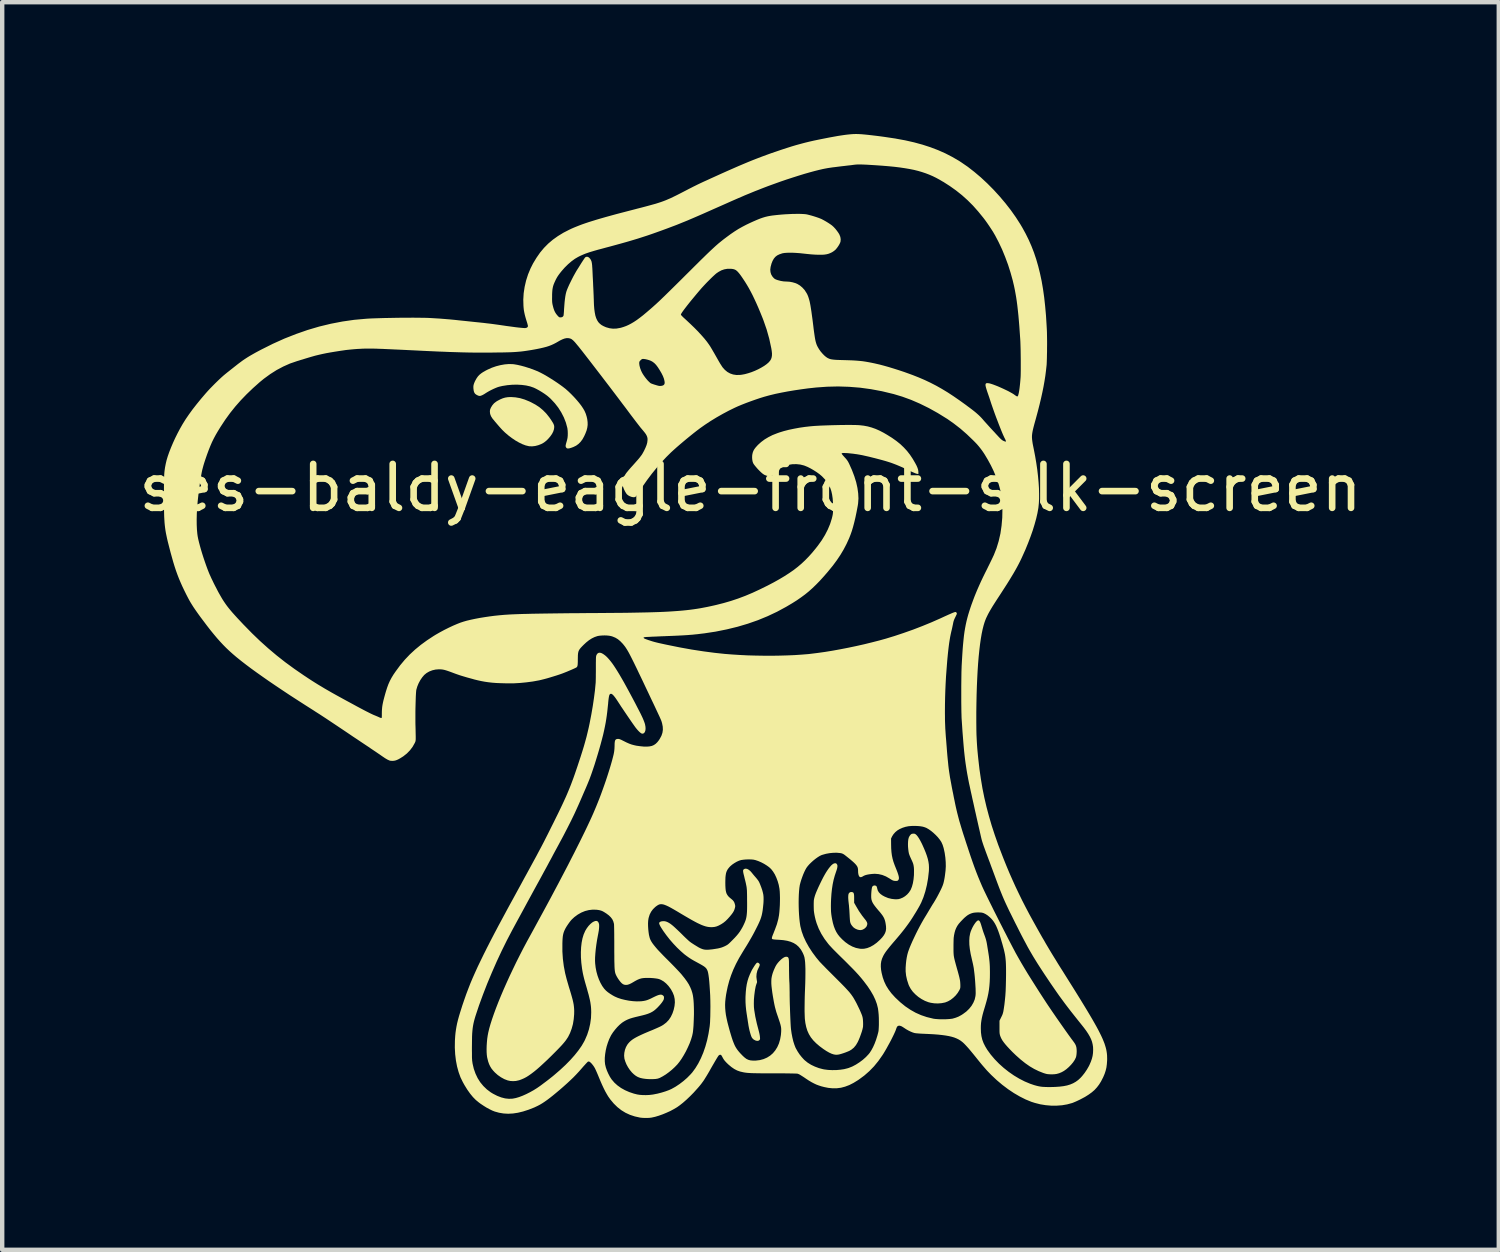
<source format=kicad_pcb>
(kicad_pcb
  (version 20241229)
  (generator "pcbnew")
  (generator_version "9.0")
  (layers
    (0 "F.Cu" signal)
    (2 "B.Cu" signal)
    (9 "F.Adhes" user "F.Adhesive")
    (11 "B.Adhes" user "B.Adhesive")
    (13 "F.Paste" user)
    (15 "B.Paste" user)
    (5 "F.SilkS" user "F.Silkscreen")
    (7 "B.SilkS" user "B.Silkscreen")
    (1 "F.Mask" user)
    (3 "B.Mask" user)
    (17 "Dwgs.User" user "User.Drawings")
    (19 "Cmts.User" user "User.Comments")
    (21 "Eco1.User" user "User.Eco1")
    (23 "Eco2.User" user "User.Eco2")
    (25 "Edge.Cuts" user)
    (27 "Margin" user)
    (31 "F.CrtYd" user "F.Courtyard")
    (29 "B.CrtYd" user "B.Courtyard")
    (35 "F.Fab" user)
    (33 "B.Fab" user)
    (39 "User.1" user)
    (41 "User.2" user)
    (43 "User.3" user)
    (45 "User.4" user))
  (footprint "ses-baldy-eagle-front-silk-screen"
    (layer "F.Cu")
    (at 14.03 8.553)
    (property "Reference" "ses-baldy-eagle-front-silk-screen" (at 0 -0.5 0) (unlocked yes) (layer "F.SilkS") (effects (font (size 1 1) (thickness 0.15))))
    (fp_poly (pts (xy 2.319 8.701) (xy 2.333 8.706) (xy 2.343 8.715) (xy 2.35 8.73) (xy 2.355 8.751) (xy 2.358 8.781) (xy 2.359 8.822) (xy 2.359 8.851) (xy 2.359 8.943) (xy 2.401 9.017) (xy 2.468 9.131) (xy 2.542 9.238) (xy 2.589 9.298) (xy 2.618 9.334) (xy 2.637 9.362) (xy 2.65 9.386) (xy 2.657 9.406) (xy 2.658 9.426) (xy 2.655 9.445) (xy 2.643 9.479) (xy 2.619 9.509) (xy 2.588 9.535) (xy 2.552 9.554) (xy 2.514 9.564) (xy 2.499 9.564) (xy 2.472 9.562) (xy 2.442 9.555) (xy 2.428 9.551) (xy 2.382 9.53) (xy 2.345 9.504) (xy 2.313 9.469) (xy 2.312 9.467) (xy 2.297 9.447) (xy 2.286 9.428) (xy 2.277 9.408) (xy 2.27 9.386) (xy 2.265 9.359) (xy 2.262 9.325) (xy 2.259 9.281) (xy 2.256 9.226) (xy 2.256 9.221) (xy 2.253 9.168) (xy 2.25 9.112) (xy 2.245 9.056) (xy 2.241 9.004) (xy 2.236 8.963) (xy 2.228 8.89) (xy 2.224 8.83) (xy 2.225 8.783) (xy 2.23 8.748) (xy 2.24 8.725) (xy 2.241 8.724) (xy 2.263 8.704) (xy 2.29 8.697)) (stroke (width 0) (type solid)) (fill yes) (layer "F.SilkS"))
    (fp_poly (pts (xy -5.349 -2.56) (xy -5.246 -2.542) (xy -5.142 -2.511) (xy -5.034 -2.467) (xy -4.994 -2.448) (xy -4.893 -2.394) (xy -4.803 -2.335) (xy -4.723 -2.268) (xy -4.649 -2.193) (xy -4.58 -2.107) (xy -4.543 -2.054) (xy -4.515 -2.01) (xy -4.493 -1.975) (xy -4.479 -1.945) (xy -4.47 -1.919) (xy -4.467 -1.894) (xy -4.468 -1.868) (xy -4.472 -1.839) (xy -4.474 -1.829) (xy -4.49 -1.78) (xy -4.517 -1.727) (xy -4.555 -1.673) (xy -4.601 -1.619) (xy -4.647 -1.573) (xy -4.701 -1.531) (xy -4.763 -1.497) (xy -4.83 -1.471) (xy -4.899 -1.453) (xy -4.968 -1.445) (xy -5.034 -1.447) (xy -5.05 -1.45) (xy -5.119 -1.467) (xy -5.193 -1.495) (xy -5.271 -1.533) (xy -5.351 -1.579) (xy -5.431 -1.633) (xy -5.51 -1.693) (xy -5.586 -1.758) (xy -5.647 -1.817) (xy -5.682 -1.855) (xy -5.723 -1.901) (xy -5.766 -1.951) (xy -5.809 -2.001) (xy -5.848 -2.049) (xy -5.873 -2.079) (xy -5.905 -2.13) (xy -5.925 -2.182) (xy -5.931 -2.232) (xy -5.93 -2.257) (xy -5.927 -2.278) (xy -5.919 -2.3) (xy -5.906 -2.329) (xy -5.905 -2.331) (xy -5.874 -2.381) (xy -5.836 -2.425) (xy -5.787 -2.463) (xy -5.756 -2.482) (xy -5.695 -2.514) (xy -5.639 -2.538) (xy -5.585 -2.554) (xy -5.53 -2.563) (xy -5.468 -2.567) (xy -5.449 -2.567)) (stroke (width 0) (type solid)) (fill yes) (layer "F.SilkS"))
    (fp_poly (pts (xy 0.176 10.308) (xy 0.196 10.322) (xy 0.209 10.342) (xy 0.211 10.355) (xy 0.207 10.372) (xy 0.199 10.394) (xy 0.188 10.417) (xy 0.156 10.486) (xy 0.139 10.557) (xy 0.134 10.629) (xy 0.143 10.702) (xy 0.148 10.729) (xy 0.149 10.748) (xy 0.146 10.763) (xy 0.143 10.77) (xy 0.134 10.795) (xy 0.126 10.82) (xy 0.118 10.847) (xy 0.112 10.879) (xy 0.104 10.92) (xy 0.098 10.958) (xy 0.086 11.052) (xy 0.078 11.145) (xy 0.076 11.235) (xy 0.078 11.318) (xy 0.085 11.383) (xy 0.11 11.536) (xy 0.145 11.694) (xy 0.174 11.805) (xy 0.191 11.87) (xy 0.204 11.925) (xy 0.212 11.97) (xy 0.215 11.996) (xy 0.217 12.024) (xy 0.217 12.042) (xy 0.214 12.053) (xy 0.208 12.062) (xy 0.202 12.069) (xy 0.18 12.083) (xy 0.151 12.086) (xy 0.116 12.078) (xy 0.115 12.078) (xy 0.073 12.056) (xy 0.041 12.025) (xy 0.031 12.01) (xy 0.018 11.983) (xy 0.005 11.946) (xy -0.009 11.899) (xy -0.023 11.847) (xy -0.035 11.791) (xy -0.046 11.734) (xy -0.051 11.699) (xy -0.059 11.65) (xy -0.067 11.595) (xy -0.076 11.54) (xy -0.083 11.491) (xy -0.085 11.482) (xy -0.099 11.383) (xy -0.108 11.293) (xy -0.113 11.207) (xy -0.114 11.122) (xy -0.113 11.074) (xy -0.107 10.972) (xy -0.098 10.881) (xy -0.085 10.798) (xy -0.067 10.721) (xy -0.044 10.647) (xy -0.015 10.574) (xy 0.02 10.498) (xy 0.025 10.487) (xy 0.043 10.454) (xy 0.064 10.42) (xy 0.085 10.386) (xy 0.105 10.356) (xy 0.124 10.331) (xy 0.139 10.314) (xy 0.15 10.305) (xy 0.151 10.305)) (stroke (width 0) (type solid)) (fill yes) (layer "F.SilkS"))
    (fp_poly (pts (xy -5.416 -3.316) (xy -5.384 -3.313) (xy -5.308 -3.3) (xy -5.224 -3.281) (xy -5.135 -3.257) (xy -5.044 -3.228) (xy -4.954 -3.197) (xy -4.869 -3.163) (xy -4.792 -3.128) (xy -4.778 -3.121) (xy -4.711 -3.086) (xy -4.636 -3.043) (xy -4.556 -2.994) (xy -4.474 -2.942) (xy -4.393 -2.888) (xy -4.315 -2.833) (xy -4.27 -2.8) (xy -4.207 -2.751) (xy -4.143 -2.694) (xy -4.079 -2.632) (xy -4.016 -2.567) (xy -3.956 -2.5) (xy -3.9 -2.434) (xy -3.851 -2.37) (xy -3.81 -2.309) (xy -3.778 -2.254) (xy -3.777 -2.252) (xy -3.749 -2.188) (xy -3.727 -2.117) (xy -3.715 -2.062) (xy -3.707 -1.996) (xy -3.706 -1.933) (xy -3.714 -1.871) (xy -3.73 -1.807) (xy -3.756 -1.739) (xy -3.784 -1.677) (xy -3.823 -1.606) (xy -3.866 -1.548) (xy -3.914 -1.5) (xy -3.969 -1.46) (xy -4.033 -1.429) (xy -4.088 -1.409) (xy -4.125 -1.399) (xy -4.152 -1.396) (xy -4.172 -1.398) (xy -4.187 -1.407) (xy -4.188 -1.408) (xy -4.2 -1.426) (xy -4.206 -1.441) (xy -4.207 -1.448) (xy -4.207 -1.458) (xy -4.206 -1.47) (xy -4.202 -1.488) (xy -4.196 -1.513) (xy -4.186 -1.547) (xy -4.174 -1.592) (xy -4.173 -1.595) (xy -4.164 -1.637) (xy -4.159 -1.688) (xy -4.158 -1.742) (xy -4.16 -1.798) (xy -4.166 -1.849) (xy -4.17 -1.87) (xy -4.202 -1.987) (xy -4.247 -2.102) (xy -4.305 -2.215) (xy -4.373 -2.323) (xy -4.452 -2.425) (xy -4.541 -2.52) (xy -4.579 -2.556) (xy -4.627 -2.597) (xy -4.685 -2.639) (xy -4.749 -2.681) (xy -4.814 -2.72) (xy -4.877 -2.754) (xy -4.931 -2.78) (xy -5.014 -2.809) (xy -5.106 -2.83) (xy -5.206 -2.843) (xy -5.312 -2.849) (xy -5.422 -2.847) (xy -5.534 -2.837) (xy -5.647 -2.819) (xy -5.721 -2.802) (xy -5.756 -2.791) (xy -5.799 -2.774) (xy -5.847 -2.753) (xy -5.897 -2.729) (xy -5.947 -2.703) (xy -5.992 -2.677) (xy -6.016 -2.662) (xy -6.066 -2.63) (xy -6.108 -2.608) (xy -6.141 -2.595) (xy -6.163 -2.592) (xy -6.188 -2.596) (xy -6.217 -2.608) (xy -6.245 -2.624) (xy -6.268 -2.642) (xy -6.27 -2.645) (xy -6.283 -2.664) (xy -6.293 -2.687) (xy -6.3 -2.716) (xy -6.305 -2.756) (xy -6.306 -2.766) (xy -6.307 -2.803) (xy -6.303 -2.838) (xy -6.292 -2.875) (xy -6.275 -2.917) (xy -6.256 -2.954) (xy -6.23 -2.999) (xy -6.202 -3.038) (xy -6.169 -3.073) (xy -6.13 -3.105) (xy -6.083 -3.137) (xy -6.026 -3.169) (xy -5.981 -3.192) (xy -5.887 -3.234) (xy -5.789 -3.268) (xy -5.691 -3.293) (xy -5.595 -3.31) (xy -5.502 -3.318)) (stroke (width 0) (type solid)) (fill yes) (layer "F.SilkS"))
    (fp_poly (pts (xy 2.456 -8.552) (xy 2.508 -8.549) (xy 2.526 -8.548) (xy 2.594 -8.542) (xy 2.674 -8.534) (xy 2.761 -8.524) (xy 2.854 -8.513) (xy 2.95 -8.501) (xy 3.045 -8.488) (xy 3.138 -8.474) (xy 3.226 -8.461) (xy 3.306 -8.449) (xy 3.308 -8.448) (xy 3.521 -8.409) (xy 3.723 -8.363) (xy 3.914 -8.311) (xy 4.096 -8.252) (xy 4.269 -8.186) (xy 4.434 -8.113) (xy 4.591 -8.032) (xy 4.743 -7.944) (xy 4.795 -7.91) (xy 4.945 -7.807) (xy 5.094 -7.691) (xy 5.243 -7.565) (xy 5.389 -7.429) (xy 5.532 -7.285) (xy 5.669 -7.135) (xy 5.8 -6.98) (xy 5.924 -6.821) (xy 6.038 -6.66) (xy 6.142 -6.498) (xy 6.187 -6.422) (xy 6.262 -6.285) (xy 6.331 -6.146) (xy 6.394 -6.003) (xy 6.451 -5.856) (xy 6.502 -5.704) (xy 6.548 -5.545) (xy 6.589 -5.38) (xy 6.626 -5.207) (xy 6.657 -5.026) (xy 6.684 -4.835) (xy 6.706 -4.634) (xy 6.725 -4.422) (xy 6.739 -4.198) (xy 6.745 -4.088) (xy 6.747 -4.036) (xy 6.748 -3.976) (xy 6.749 -3.908) (xy 6.75 -3.836) (xy 6.75 -3.76) (xy 6.749 -3.683) (xy 6.749 -3.607) (xy 6.747 -3.534) (xy 6.746 -3.465) (xy 6.744 -3.403) (xy 6.742 -3.349) (xy 6.74 -3.306) (xy 6.738 -3.285) (xy 6.725 -3.168) (xy 6.71 -3.049) (xy 6.691 -2.929) (xy 6.669 -2.805) (xy 6.643 -2.676) (xy 6.613 -2.54) (xy 6.579 -2.397) (xy 6.54 -2.244) (xy 6.496 -2.081) (xy 6.479 -2.02) (xy 6.458 -1.944) (xy 6.441 -1.879) (xy 6.427 -1.822) (xy 6.417 -1.772) (xy 6.41 -1.727) (xy 6.406 -1.685) (xy 6.406 -1.643) (xy 6.409 -1.6) (xy 6.415 -1.553) (xy 6.423 -1.501) (xy 6.435 -1.441) (xy 6.448 -1.377) (xy 6.478 -1.222) (xy 6.504 -1.068) (xy 6.526 -0.917) (xy 6.543 -0.771) (xy 6.556 -0.629) (xy 6.565 -0.495) (xy 6.568 -0.368) (xy 6.568 -0.25) (xy 6.562 -0.142) (xy 6.552 -0.045) (xy 6.55 -0.034) (xy 6.53 0.078) (xy 6.502 0.199) (xy 6.466 0.329) (xy 6.424 0.466) (xy 6.374 0.608) (xy 6.318 0.755) (xy 6.257 0.905) (xy 6.2 1.032) (xy 6.169 1.1) (xy 6.137 1.167) (xy 6.103 1.234) (xy 6.067 1.302) (xy 6.028 1.372) (xy 5.986 1.445) (xy 5.939 1.523) (xy 5.888 1.607) (xy 5.831 1.698) (xy 5.767 1.797) (xy 5.697 1.906) (xy 5.665 1.955) (xy 5.606 2.045) (xy 5.554 2.126) (xy 5.509 2.197) (xy 5.47 2.262) (xy 5.437 2.319) (xy 5.408 2.372) (xy 5.384 2.421) (xy 5.362 2.467) (xy 5.344 2.512) (xy 5.328 2.556) (xy 5.314 2.601) (xy 5.304 2.635) (xy 5.282 2.722) (xy 5.261 2.823) (xy 5.242 2.935) (xy 5.224 3.06) (xy 5.208 3.195) (xy 5.193 3.341) (xy 5.18 3.497) (xy 5.169 3.662) (xy 5.16 3.835) (xy 5.152 4.017) (xy 5.146 4.206) (xy 5.142 4.401) (xy 5.139 4.603) (xy 5.139 4.712) (xy 5.139 4.828) (xy 5.14 4.932) (xy 5.141 5.027) (xy 5.143 5.115) (xy 5.147 5.198) (xy 5.151 5.278) (xy 5.156 5.359) (xy 5.162 5.441) (xy 5.17 5.527) (xy 5.179 5.619) (xy 5.185 5.676) (xy 5.211 5.903) (xy 5.243 6.123) (xy 5.279 6.339) (xy 5.322 6.551) (xy 5.371 6.761) (xy 5.427 6.972) (xy 5.489 7.185) (xy 5.56 7.402) (xy 5.638 7.625) (xy 5.726 7.855) (xy 5.759 7.94) (xy 5.826 8.106) (xy 5.893 8.266) (xy 5.962 8.422) (xy 6.032 8.577) (xy 6.105 8.73) (xy 6.181 8.886) (xy 6.262 9.044) (xy 6.348 9.207) (xy 6.441 9.376) (xy 6.54 9.554) (xy 6.6 9.66) (xy 6.643 9.736) (xy 6.684 9.805) (xy 6.721 9.871) (xy 6.758 9.933) (xy 6.794 9.994) (xy 6.83 10.054) (xy 6.868 10.117) (xy 6.908 10.182) (xy 6.951 10.251) (xy 6.997 10.327) (xy 7.049 10.41) (xy 7.107 10.501) (xy 7.153 10.575) (xy 7.254 10.736) (xy 7.349 10.887) (xy 7.436 11.027) (xy 7.517 11.158) (xy 7.591 11.279) (xy 7.659 11.391) (xy 7.721 11.495) (xy 7.778 11.592) (xy 7.829 11.681) (xy 7.875 11.763) (xy 7.916 11.839) (xy 7.952 11.91) (xy 7.984 11.975) (xy 8.012 12.036) (xy 8.035 12.092) (xy 8.056 12.145) (xy 8.072 12.195) (xy 8.086 12.242) (xy 8.097 12.287) (xy 8.105 12.331) (xy 8.111 12.373) (xy 8.115 12.415) (xy 8.116 12.457) (xy 8.117 12.499) (xy 8.116 12.535) (xy 8.11 12.618) (xy 8.1 12.693) (xy 8.083 12.764) (xy 8.06 12.834) (xy 8.028 12.91) (xy 8.019 12.928) (xy 7.978 13.008) (xy 7.933 13.08) (xy 7.884 13.144) (xy 7.829 13.204) (xy 7.766 13.258) (xy 7.694 13.31) (xy 7.613 13.361) (xy 7.519 13.411) (xy 7.496 13.423) (xy 7.454 13.443) (xy 7.411 13.463) (xy 7.371 13.48) (xy 7.337 13.494) (xy 7.317 13.501) (xy 7.207 13.531) (xy 7.09 13.551) (xy 6.969 13.56) (xy 6.844 13.56) (xy 6.718 13.549) (xy 6.594 13.529) (xy 6.473 13.498) (xy 6.394 13.473) (xy 6.262 13.419) (xy 6.129 13.352) (xy 5.995 13.274) (xy 5.862 13.185) (xy 5.731 13.086) (xy 5.603 12.978) (xy 5.48 12.862) (xy 5.476 12.858) (xy 5.441 12.822) (xy 5.408 12.788) (xy 5.375 12.753) (xy 5.343 12.716) (xy 5.308 12.676) (xy 5.27 12.632) (xy 5.228 12.581) (xy 5.18 12.522) (xy 5.128 12.457) (xy 5.069 12.384) (xy 5.017 12.321) (xy 4.971 12.266) (xy 4.93 12.22) (xy 4.894 12.181) (xy 4.862 12.148) (xy 4.832 12.12) (xy 4.803 12.097) (xy 4.776 12.077) (xy 4.748 12.06) (xy 4.731 12.05) (xy 4.687 12.029) (xy 4.637 12.009) (xy 4.58 11.992) (xy 4.516 11.977) (xy 4.443 11.964) (xy 4.362 11.953) (xy 4.27 11.943) (xy 4.167 11.935) (xy 4.052 11.929) (xy 3.943 11.924) (xy 3.877 11.921) (xy 3.821 11.917) (xy 3.776 11.913) (xy 3.744 11.909) (xy 3.733 11.907) (xy 3.691 11.894) (xy 3.643 11.874) (xy 3.592 11.849) (xy 3.543 11.821) (xy 3.508 11.798) (xy 3.47 11.773) (xy 3.44 11.755) (xy 3.414 11.745) (xy 3.392 11.74) (xy 3.384 11.74) (xy 3.363 11.743) (xy 3.347 11.752) (xy 3.333 11.769) (xy 3.321 11.797) (xy 3.314 11.817) (xy 3.302 11.851) (xy 3.283 11.895) (xy 3.259 11.947) (xy 3.23 12.006) (xy 3.199 12.068) (xy 3.165 12.132) (xy 3.129 12.197) (xy 3.094 12.261) (xy 3.059 12.321) (xy 3.026 12.376) (xy 3.002 12.413) (xy 2.909 12.545) (xy 2.811 12.665) (xy 2.705 12.774) (xy 2.591 12.874) (xy 2.468 12.965) (xy 2.446 12.98) (xy 2.345 13.042) (xy 2.249 13.091) (xy 2.154 13.127) (xy 2.06 13.152) (xy 1.965 13.164) (xy 1.869 13.165) (xy 1.77 13.155) (xy 1.68 13.137) (xy 1.614 13.12) (xy 1.555 13.101) (xy 1.499 13.08) (xy 1.444 13.054) (xy 1.387 13.024) (xy 1.325 12.987) (xy 1.257 12.942) (xy 1.246 12.934) (xy 1.198 12.902) (xy 1.16 12.878) (xy 1.13 12.859) (xy 1.106 12.846) (xy 1.087 12.838) (xy 1.072 12.833) (xy 1.072 12.833) (xy 1.06 12.831) (xy 1.039 12.83) (xy 1.009 12.829) (xy 0.969 12.828) (xy 0.919 12.827) (xy 0.857 12.826) (xy 0.784 12.825) (xy 0.699 12.825) (xy 0.602 12.825) (xy 0.524 12.824) (xy 0.421 12.824) (xy 0.331 12.824) (xy 0.253 12.824) (xy 0.185 12.823) (xy 0.126 12.822) (xy 0.075 12.821) (xy 0.032 12.82) (xy -0.006 12.818) (xy -0.039 12.816) (xy -0.068 12.814) (xy -0.094 12.811) (xy -0.119 12.808) (xy -0.144 12.804) (xy -0.165 12.8) (xy -0.238 12.783) (xy -0.305 12.759) (xy -0.37 12.725) (xy -0.434 12.681) (xy -0.499 12.627) (xy -0.541 12.587) (xy -0.574 12.552) (xy -0.599 12.522) (xy -0.618 12.493) (xy -0.629 12.474) (xy -0.642 12.449) (xy -0.654 12.428) (xy -0.663 12.414) (xy -0.665 12.412) (xy -0.682 12.401) (xy -0.702 12.403) (xy -0.723 12.417) (xy -0.725 12.419) (xy -0.733 12.43) (xy -0.747 12.451) (xy -0.765 12.48) (xy -0.787 12.517) (xy -0.812 12.559) (xy -0.839 12.606) (xy -0.856 12.635) (xy -0.901 12.713) (xy -0.939 12.781) (xy -0.973 12.839) (xy -1.003 12.889) (xy -1.03 12.932) (xy -1.054 12.971) (xy -1.077 13.005) (xy -1.1 13.036) (xy -1.122 13.066) (xy -1.146 13.096) (xy -1.172 13.127) (xy -1.201 13.161) (xy -1.215 13.176) (xy -1.295 13.265) (xy -1.377 13.348) (xy -1.458 13.425) (xy -1.537 13.494) (xy -1.613 13.554) (xy -1.672 13.596) (xy -1.745 13.639) (xy -1.825 13.682) (xy -1.911 13.721) (xy -1.998 13.757) (xy -2.085 13.788) (xy -2.168 13.813) (xy -2.244 13.83) (xy -2.249 13.831) (xy -2.295 13.837) (xy -2.349 13.84) (xy -2.406 13.84) (xy -2.462 13.837) (xy -2.51 13.832) (xy -2.516 13.831) (xy -2.633 13.805) (xy -2.742 13.769) (xy -2.844 13.722) (xy -2.939 13.664) (xy -3.028 13.594) (xy -3.111 13.513) (xy -3.189 13.42) (xy -3.24 13.348) (xy -3.271 13.296) (xy -3.306 13.234) (xy -3.342 13.162) (xy -3.379 13.083) (xy -3.416 12.998) (xy -3.447 12.923) (xy -3.475 12.855) (xy -3.499 12.799) (xy -3.52 12.752) (xy -3.539 12.712) (xy -3.558 12.679) (xy -3.577 12.651) (xy -3.597 12.625) (xy -3.618 12.6) (xy -3.62 12.598) (xy -3.646 12.573) (xy -3.667 12.558) (xy -3.685 12.555) (xy -3.699 12.558) (xy -3.708 12.566) (xy -3.724 12.582) (xy -3.746 12.605) (xy -3.773 12.635) (xy -3.804 12.669) (xy -3.836 12.706) (xy -3.901 12.78) (xy -3.966 12.85) (xy -4.031 12.917) (xy -4.1 12.983) (xy -4.174 13.052) (xy -4.258 13.127) (xy -4.26 13.129) (xy -4.349 13.206) (xy -4.429 13.273) (xy -4.502 13.333) (xy -4.568 13.385) (xy -4.629 13.431) (xy -4.686 13.471) (xy -4.739 13.506) (xy -4.791 13.537) (xy -4.842 13.564) (xy -4.893 13.588) (xy -4.92 13.601) (xy -5.05 13.652) (xy -5.174 13.692) (xy -5.292 13.721) (xy -5.405 13.738) (xy -5.514 13.744) (xy -5.62 13.738) (xy -5.722 13.721) (xy -5.82 13.694) (xy -5.876 13.672) (xy -5.939 13.641) (xy -6.006 13.605) (xy -6.075 13.562) (xy -6.144 13.516) (xy -6.183 13.487) (xy -6.251 13.431) (xy -6.317 13.364) (xy -6.381 13.286) (xy -6.445 13.196) (xy -6.508 13.094) (xy -6.547 13.024) (xy -6.6 12.915) (xy -6.643 12.796) (xy -6.678 12.668) (xy -6.704 12.532) (xy -6.721 12.389) (xy -6.729 12.239) (xy -6.727 12.085) (xy -6.725 12.05) (xy -6.72 11.973) (xy -6.713 11.9) (xy -6.703 11.829) (xy -6.691 11.758) (xy -6.676 11.684) (xy -6.657 11.607) (xy -6.634 11.523) (xy -6.606 11.431) (xy -6.574 11.33) (xy -6.56 11.285) (xy -6.514 11.15) (xy -6.469 11.022) (xy -6.422 10.898) (xy -6.374 10.775) (xy -6.322 10.652) (xy -6.266 10.526) (xy -6.206 10.394) (xy -6.139 10.255) (xy -6.102 10.179) (xy -6.068 10.109) (xy -6.034 10.042) (xy -6.001 9.975) (xy -5.967 9.909) (xy -5.933 9.842) (xy -5.898 9.774) (xy -5.861 9.703) (xy -5.823 9.63) (xy -5.782 9.553) (xy -5.739 9.471) (xy -5.692 9.384) (xy -5.642 9.291) (xy -5.588 9.191) (xy -5.53 9.083) (xy -5.467 8.967) (xy -5.398 8.842) (xy -5.324 8.706) (xy -5.244 8.56) (xy -5.219 8.514) (xy -5.154 8.394) (xy -5.094 8.285) (xy -5.04 8.186) (xy -4.991 8.096) (xy -4.947 8.015) (xy -4.906 7.94) (xy -4.869 7.872) (xy -4.836 7.809) (xy -4.805 7.751) (xy -4.776 7.697) (xy -4.748 7.644) (xy -4.722 7.594) (xy -4.696 7.544) (xy -4.671 7.494) (xy -4.645 7.443) (xy -4.618 7.39) (xy -4.59 7.334) (xy -4.56 7.274) (xy -4.543 7.239) (xy -4.48 7.114) (xy -4.424 7) (xy -4.372 6.895) (xy -4.326 6.799) (xy -4.283 6.709) (xy -4.244 6.625) (xy -4.208 6.546) (xy -4.175 6.471) (xy -4.144 6.397) (xy -4.114 6.324) (xy -4.085 6.251) (xy -4.057 6.176) (xy -4.028 6.098) (xy -3.999 6.016) (xy -3.969 5.928) (xy -3.937 5.834) (xy -3.913 5.761) (xy -3.868 5.625) (xy -3.828 5.499) (xy -3.792 5.382) (xy -3.761 5.272) (xy -3.732 5.166) (xy -3.707 5.063) (xy -3.683 4.961) (xy -3.661 4.858) (xy -3.661 4.857) (xy -3.622 4.655) (xy -3.589 4.463) (xy -3.562 4.281) (xy -3.54 4.11) (xy -3.525 3.95) (xy -3.524 3.945) (xy -3.523 3.925) (xy -3.522 3.893) (xy -3.521 3.851) (xy -3.52 3.801) (xy -3.52 3.745) (xy -3.519 3.685) (xy -3.519 3.622) (xy -3.519 3.609) (xy -3.519 3.54) (xy -3.519 3.484) (xy -3.518 3.439) (xy -3.518 3.403) (xy -3.517 3.375) (xy -3.516 3.353) (xy -3.514 3.337) (xy -3.512 3.325) (xy -3.509 3.316) (xy -3.506 3.307) (xy -3.504 3.302) (xy -3.485 3.273) (xy -3.46 3.256) (xy -3.43 3.251) (xy -3.395 3.259) (xy -3.356 3.279) (xy -3.311 3.311) (xy -3.28 3.338) (xy -3.249 3.369) (xy -3.217 3.405) (xy -3.183 3.446) (xy -3.147 3.493) (xy -3.11 3.546) (xy -3.07 3.607) (xy -3.027 3.675) (xy -2.981 3.751) (xy -2.932 3.835) (xy -2.878 3.929) (xy -2.821 4.033) (xy -2.759 4.147) (xy -2.692 4.272) (xy -2.62 4.408) (xy -2.578 4.49) (xy -2.538 4.567) (xy -2.504 4.633) (xy -2.476 4.691) (xy -2.453 4.74) (xy -2.435 4.783) (xy -2.42 4.821) (xy -2.408 4.855) (xy -2.399 4.886) (xy -2.399 4.888) (xy -2.39 4.937) (xy -2.388 4.982) (xy -2.392 5.021) (xy -2.403 5.053) (xy -2.419 5.077) (xy -2.44 5.091) (xy -2.466 5.094) (xy -2.47 5.093) (xy -2.488 5.085) (xy -2.513 5.067) (xy -2.541 5.041) (xy -2.571 5.009) (xy -2.602 4.972) (xy -2.607 4.966) (xy -2.625 4.942) (xy -2.649 4.908) (xy -2.679 4.866) (xy -2.713 4.817) (xy -2.75 4.763) (xy -2.789 4.706) (xy -2.829 4.647) (xy -2.869 4.588) (xy -2.907 4.531) (xy -2.944 4.477) (xy -2.976 4.427) (xy -2.999 4.392) (xy -3.038 4.332) (xy -3.071 4.284) (xy -3.1 4.246) (xy -3.124 4.218) (xy -3.144 4.2) (xy -3.161 4.189) (xy -3.174 4.187) (xy -3.187 4.188) (xy -3.198 4.194) (xy -3.207 4.206) (xy -3.215 4.224) (xy -3.221 4.25) (xy -3.227 4.285) (xy -3.233 4.332) (xy -3.239 4.39) (xy -3.239 4.398) (xy -3.25 4.503) (xy -3.26 4.597) (xy -3.271 4.684) (xy -3.283 4.765) (xy -3.296 4.844) (xy -3.311 4.922) (xy -3.328 5.004) (xy -3.332 5.023) (xy -3.354 5.12) (xy -3.381 5.225) (xy -3.411 5.337) (xy -3.444 5.454) (xy -3.479 5.572) (xy -3.515 5.69) (xy -3.551 5.806) (xy -3.588 5.916) (xy -3.623 6.018) (xy -3.657 6.111) (xy -3.673 6.152) (xy -3.688 6.188) (xy -3.707 6.235) (xy -3.73 6.29) (xy -3.757 6.353) (xy -3.787 6.421) (xy -3.818 6.493) (xy -3.85 6.567) (xy -3.882 6.641) (xy -3.914 6.713) (xy -3.945 6.782) (xy -3.974 6.846) (xy -3.989 6.879) (xy -4.016 6.937) (xy -4.049 7.005) (xy -4.086 7.081) (xy -4.127 7.162) (xy -4.17 7.247) (xy -4.215 7.334) (xy -4.26 7.421) (xy -4.305 7.505) (xy -4.329 7.549) (xy -4.353 7.594) (xy -4.382 7.648) (xy -4.415 7.709) (xy -4.45 7.773) (xy -4.486 7.84) (xy -4.52 7.905) (xy -4.548 7.957) (xy -4.58 8.015) (xy -4.616 8.083) (xy -4.656 8.157) (xy -4.699 8.235) (xy -4.742 8.315) (xy -4.785 8.394) (xy -4.826 8.469) (xy -4.851 8.514) (xy -4.92 8.64) (xy -4.994 8.776) (xy -5.072 8.919) (xy -5.152 9.067) (xy -5.234 9.218) (xy -5.317 9.37) (xy -5.398 9.52) (xy -5.424 9.568) (xy -5.544 9.797) (xy -5.662 10.036) (xy -5.777 10.282) (xy -5.887 10.533) (xy -5.992 10.784) (xy -6.089 11.034) (xy -6.179 11.28) (xy -6.24 11.463) (xy -6.261 11.527) (xy -6.278 11.585) (xy -6.293 11.64) (xy -6.305 11.693) (xy -6.315 11.746) (xy -6.323 11.8) (xy -6.329 11.858) (xy -6.334 11.921) (xy -6.337 11.99) (xy -6.338 12.069) (xy -6.339 12.157) (xy -6.34 12.233) (xy -6.34 12.304) (xy -6.339 12.363) (xy -6.339 12.411) (xy -6.339 12.451) (xy -6.338 12.483) (xy -6.336 12.51) (xy -6.335 12.533) (xy -6.332 12.554) (xy -6.329 12.574) (xy -6.326 12.595) (xy -6.325 12.603) (xy -6.297 12.722) (xy -6.258 12.832) (xy -6.209 12.935) (xy -6.15 13.028) (xy -6.08 13.113) (xy -6 13.19) (xy -5.911 13.257) (xy -5.858 13.289) (xy -5.764 13.337) (xy -5.673 13.372) (xy -5.584 13.395) (xy -5.498 13.404) (xy -5.416 13.401) (xy -5.405 13.399) (xy -5.339 13.386) (xy -5.265 13.364) (xy -5.186 13.334) (xy -5.103 13.297) (xy -5.018 13.254) (xy -4.934 13.207) (xy -4.851 13.155) (xy -4.849 13.153) (xy -4.811 13.127) (xy -4.766 13.095) (xy -4.716 13.057) (xy -4.662 13.017) (xy -4.607 12.975) (xy -4.555 12.934) (xy -4.507 12.896) (xy -4.472 12.867) (xy -4.334 12.748) (xy -4.21 12.633) (xy -4.099 12.52) (xy -4.001 12.41) (xy -3.916 12.303) (xy -3.843 12.199) (xy -3.784 12.097) (xy -3.767 12.063) (xy -3.717 11.947) (xy -3.677 11.824) (xy -3.648 11.696) (xy -3.63 11.567) (xy -3.625 11.439) (xy -3.626 11.39) (xy -3.628 11.343) (xy -3.632 11.297) (xy -3.638 11.252) (xy -3.645 11.205) (xy -3.655 11.155) (xy -3.668 11.1) (xy -3.683 11.038) (xy -3.703 10.968) (xy -3.725 10.887) (xy -3.742 10.829) (xy -3.766 10.746) (xy -3.786 10.672) (xy -3.802 10.606) (xy -3.816 10.542) (xy -3.827 10.48) (xy -3.834 10.437) (xy -3.85 10.31) (xy -3.859 10.186) (xy -3.86 10.068) (xy -3.855 9.956) (xy -3.843 9.851) (xy -3.824 9.754) (xy -3.798 9.667) (xy -3.765 9.591) (xy -3.759 9.578) (xy -3.724 9.521) (xy -3.685 9.469) (xy -3.643 9.425) (xy -3.601 9.39) (xy -3.566 9.37) (xy -3.534 9.358) (xy -3.508 9.355) (xy -3.488 9.361) (xy -3.482 9.364) (xy -3.466 9.381) (xy -3.454 9.403) (xy -3.446 9.432) (xy -3.444 9.469) (xy -3.446 9.516) (xy -3.452 9.573) (xy -3.464 9.641) (xy -3.473 9.687) (xy -3.493 9.795) (xy -3.509 9.901) (xy -3.522 10.003) (xy -3.531 10.099) (xy -3.537 10.187) (xy -3.538 10.266) (xy -3.535 10.324) (xy -3.524 10.418) (xy -3.506 10.511) (xy -3.481 10.601) (xy -3.45 10.687) (xy -3.414 10.766) (xy -3.374 10.837) (xy -3.33 10.898) (xy -3.289 10.942) (xy -3.245 10.979) (xy -3.192 11.016) (xy -3.134 11.052) (xy -3.088 11.077) (xy -3.019 11.107) (xy -2.94 11.133) (xy -2.854 11.154) (xy -2.765 11.171) (xy -2.675 11.182) (xy -2.588 11.187) (xy -2.508 11.185) (xy -2.485 11.184) (xy -2.438 11.178) (xy -2.396 11.17) (xy -2.356 11.159) (xy -2.315 11.143) (xy -2.269 11.123) (xy -2.224 11.1) (xy -2.168 11.073) (xy -2.123 11.053) (xy -2.085 11.04) (xy -2.055 11.034) (xy -2.03 11.034) (xy -2.01 11.04) (xy -1.992 11.052) (xy -1.99 11.053) (xy -1.977 11.067) (xy -1.97 11.08) (xy -1.969 11.1) (xy -1.969 11.107) (xy -1.971 11.13) (xy -1.979 11.154) (xy -1.994 11.18) (xy -2.015 11.211) (xy -2.045 11.249) (xy -2.073 11.281) (xy -2.115 11.326) (xy -2.155 11.364) (xy -2.195 11.397) (xy -2.236 11.424) (xy -2.282 11.448) (xy -2.334 11.469) (xy -2.393 11.488) (xy -2.462 11.506) (xy -2.533 11.523) (xy -2.613 11.542) (xy -2.682 11.56) (xy -2.741 11.578) (xy -2.792 11.598) (xy -2.838 11.62) (xy -2.88 11.644) (xy -2.921 11.671) (xy -2.931 11.679) (xy -2.981 11.721) (xy -3.032 11.772) (xy -3.082 11.83) (xy -3.129 11.891) (xy -3.168 11.951) (xy -3.18 11.973) (xy -3.216 12.047) (xy -3.247 12.128) (xy -3.274 12.214) (xy -3.294 12.301) (xy -3.308 12.388) (xy -3.316 12.472) (xy -3.316 12.551) (xy -3.309 12.621) (xy -3.308 12.624) (xy -3.292 12.691) (xy -3.267 12.763) (xy -3.235 12.835) (xy -3.199 12.904) (xy -3.159 12.965) (xy -3.156 12.968) (xy -3.097 13.037) (xy -3.027 13.1) (xy -2.946 13.158) (xy -2.856 13.208) (xy -2.758 13.251) (xy -2.654 13.286) (xy -2.578 13.305) (xy -2.52 13.314) (xy -2.453 13.319) (xy -2.381 13.32) (xy -2.307 13.317) (xy -2.236 13.309) (xy -2.21 13.305) (xy -2.114 13.286) (xy -2.022 13.262) (xy -1.935 13.235) (xy -1.856 13.206) (xy -1.798 13.18) (xy -1.708 13.13) (xy -1.616 13.069) (xy -1.527 13.001) (xy -1.443 12.928) (xy -1.367 12.851) (xy -1.325 12.804) (xy -1.254 12.707) (xy -1.188 12.599) (xy -1.128 12.48) (xy -1.074 12.352) (xy -1.027 12.215) (xy -0.987 12.071) (xy -0.955 11.92) (xy -0.93 11.764) (xy -0.928 11.747) (xy -0.924 11.707) (xy -0.92 11.656) (xy -0.918 11.596) (xy -0.915 11.528) (xy -0.914 11.455) (xy -0.913 11.38) (xy -0.912 11.304) (xy -0.913 11.229) (xy -0.914 11.157) (xy -0.916 11.092) (xy -0.917 11.054) (xy -0.924 10.935) (xy -0.931 10.829) (xy -0.938 10.737) (xy -0.946 10.658) (xy -0.955 10.592) (xy -0.964 10.539) (xy -0.974 10.5) (xy -0.982 10.48) (xy -0.993 10.458) (xy -1.005 10.439) (xy -1.021 10.421) (xy -1.041 10.403) (xy -1.068 10.384) (xy -1.102 10.363) (xy -1.144 10.339) (xy -1.197 10.31) (xy -1.217 10.299) (xy -1.287 10.261) (xy -1.349 10.225) (xy -1.404 10.189) (xy -1.457 10.151) (xy -1.507 10.113) (xy -1.588 10.042) (xy -1.672 9.962) (xy -1.756 9.873) (xy -1.838 9.779) (xy -1.914 9.682) (xy -1.985 9.584) (xy -1.995 9.568) (xy -2.027 9.519) (xy -2.051 9.479) (xy -2.067 9.447) (xy -2.076 9.423) (xy -2.079 9.405) (xy -2.078 9.399) (xy -2.067 9.384) (xy -2.047 9.372) (xy -2.018 9.364) (xy -1.985 9.361) (xy -1.95 9.363) (xy -1.916 9.371) (xy -1.911 9.374) (xy -1.884 9.385) (xy -1.858 9.399) (xy -1.829 9.417) (xy -1.798 9.44) (xy -1.762 9.469) (xy -1.722 9.505) (xy -1.676 9.548) (xy -1.622 9.599) (xy -1.574 9.646) (xy -1.527 9.693) (xy -1.488 9.731) (xy -1.455 9.762) (xy -1.428 9.787) (xy -1.405 9.808) (xy -1.384 9.826) (xy -1.364 9.841) (xy -1.343 9.856) (xy -1.32 9.871) (xy -1.294 9.888) (xy -1.28 9.897) (xy -1.223 9.932) (xy -1.175 9.961) (xy -1.132 9.982) (xy -1.093 9.997) (xy -1.056 10.007) (xy -1.017 10.011) (xy -0.974 10.012) (xy -0.925 10.008) (xy -0.867 10.002) (xy -0.86 10.001) (xy -0.795 9.991) (xy -0.74 9.982) (xy -0.693 9.971) (xy -0.652 9.959) (xy -0.612 9.943) (xy -0.578 9.928) (xy -0.556 9.916) (xy -0.537 9.906) (xy -0.519 9.894) (xy -0.501 9.88) (xy -0.481 9.862) (xy -0.455 9.837) (xy -0.423 9.805) (xy -0.411 9.793) (xy -0.357 9.738) (xy -0.312 9.688) (xy -0.274 9.642) (xy -0.241 9.597) (xy -0.212 9.55) (xy -0.183 9.5) (xy -0.167 9.469) (xy -0.148 9.429) (xy -0.131 9.391) (xy -0.117 9.356) (xy -0.105 9.32) (xy -0.096 9.283) (xy -0.089 9.243) (xy -0.084 9.199) (xy -0.08 9.149) (xy -0.078 9.091) (xy -0.077 9.024) (xy -0.077 8.946) (xy -0.078 8.867) (xy -0.078 8.801) (xy -0.079 8.747) (xy -0.08 8.702) (xy -0.081 8.664) (xy -0.084 8.63) (xy -0.087 8.598) (xy -0.092 8.566) (xy -0.099 8.532) (xy -0.107 8.493) (xy -0.118 8.447) (xy -0.132 8.392) (xy -0.143 8.344) (xy -0.155 8.297) (xy -0.163 8.262) (xy -0.167 8.235) (xy -0.169 8.216) (xy -0.167 8.203) (xy -0.163 8.193) (xy -0.157 8.185) (xy -0.133 8.17) (xy -0.104 8.166) (xy -0.072 8.174) (xy -0.039 8.192) (xy -0.004 8.221) (xy 0.03 8.259) (xy 0.032 8.262) (xy 0.052 8.287) (xy 0.076 8.316) (xy 0.101 8.345) (xy 0.109 8.354) (xy 0.138 8.388) (xy 0.16 8.416) (xy 0.177 8.439) (xy 0.191 8.462) (xy 0.204 8.488) (xy 0.217 8.519) (xy 0.218 8.521) (xy 0.245 8.591) (xy 0.266 8.652) (xy 0.281 8.707) (xy 0.292 8.758) (xy 0.297 8.81) (xy 0.298 8.865) (xy 0.296 8.926) (xy 0.293 8.968) (xy 0.285 9.046) (xy 0.277 9.114) (xy 0.267 9.174) (xy 0.255 9.229) (xy 0.24 9.281) (xy 0.221 9.334) (xy 0.197 9.39) (xy 0.168 9.452) (xy 0.148 9.492) (xy 0.118 9.551) (xy 0.089 9.608) (xy 0.059 9.664) (xy 0.028 9.72) (xy -0.006 9.779) (xy -0.043 9.843) (xy -0.085 9.913) (xy -0.133 9.99) (xy -0.18 10.067) (xy -0.261 10.203) (xy -0.331 10.335) (xy -0.391 10.464) (xy -0.441 10.591) (xy -0.484 10.72) (xy -0.519 10.852) (xy -0.54 10.952) (xy -0.556 11.037) (xy -0.567 11.117) (xy -0.575 11.193) (xy -0.578 11.266) (xy -0.576 11.339) (xy -0.57 11.413) (xy -0.56 11.491) (xy -0.544 11.574) (xy -0.524 11.664) (xy -0.498 11.763) (xy -0.472 11.859) (xy -0.447 11.943) (xy -0.425 12.015) (xy -0.404 12.078) (xy -0.383 12.132) (xy -0.363 12.18) (xy -0.341 12.223) (xy -0.317 12.262) (xy -0.29 12.3) (xy -0.259 12.338) (xy -0.224 12.377) (xy -0.183 12.419) (xy -0.179 12.424) (xy -0.135 12.464) (xy -0.094 12.495) (xy -0.051 12.516) (xy -0.005 12.529) (xy 0.049 12.534) (xy 0.111 12.534) (xy 0.122 12.534) (xy 0.214 12.523) (xy 0.299 12.5) (xy 0.377 12.466) (xy 0.447 12.422) (xy 0.51 12.367) (xy 0.564 12.302) (xy 0.61 12.228) (xy 0.647 12.145) (xy 0.674 12.053) (xy 0.692 11.953) (xy 0.698 11.88) (xy 0.699 11.845) (xy 0.699 11.813) (xy 0.696 11.781) (xy 0.69 11.748) (xy 0.681 11.711) (xy 0.668 11.667) (xy 0.651 11.616) (xy 0.63 11.554) (xy 0.63 11.553) (xy 0.607 11.487) (xy 0.587 11.427) (xy 0.571 11.369) (xy 0.556 11.313) (xy 0.543 11.253) (xy 0.53 11.187) (xy 0.517 11.112) (xy 0.51 11.072) (xy 0.496 10.983) (xy 0.486 10.905) (xy 0.478 10.837) (xy 0.474 10.778) (xy 0.474 10.725) (xy 0.476 10.676) (xy 0.483 10.631) (xy 0.493 10.587) (xy 0.506 10.542) (xy 0.523 10.496) (xy 0.527 10.485) (xy 0.551 10.43) (xy 0.573 10.384) (xy 0.596 10.346) (xy 0.622 10.311) (xy 0.652 10.277) (xy 0.655 10.274) (xy 0.701 10.229) (xy 0.743 10.197) (xy 0.78 10.177) (xy 0.812 10.17) (xy 0.839 10.175) (xy 0.843 10.176) (xy 0.852 10.182) (xy 0.859 10.19) (xy 0.865 10.202) (xy 0.87 10.218) (xy 0.873 10.241) (xy 0.875 10.272) (xy 0.876 10.312) (xy 0.876 10.363) (xy 0.877 10.419) (xy 0.877 10.476) (xy 0.878 10.536) (xy 0.879 10.595) (xy 0.88 10.65) (xy 0.882 10.697) (xy 0.883 10.724) (xy 0.886 10.768) (xy 0.888 10.822) (xy 0.889 10.88) (xy 0.89 10.938) (xy 0.891 10.989) (xy 0.891 11.045) (xy 0.892 11.108) (xy 0.893 11.178) (xy 0.895 11.251) (xy 0.898 11.327) (xy 0.9 11.404) (xy 0.903 11.479) (xy 0.906 11.552) (xy 0.909 11.62) (xy 0.912 11.682) (xy 0.915 11.735) (xy 0.918 11.779) (xy 0.921 11.811) (xy 0.921 11.814) (xy 0.935 11.914) (xy 0.953 12.008) (xy 0.974 12.096) (xy 0.999 12.174) (xy 1.025 12.241) (xy 1.034 12.258) (xy 1.071 12.324) (xy 1.115 12.391) (xy 1.164 12.453) (xy 1.214 12.508) (xy 1.235 12.528) (xy 1.302 12.582) (xy 1.379 12.63) (xy 1.465 12.671) (xy 1.556 12.705) (xy 1.65 12.73) (xy 1.683 12.736) (xy 1.768 12.747) (xy 1.859 12.751) (xy 1.953 12.75) (xy 2.045 12.742) (xy 2.132 12.729) (xy 2.211 12.709) (xy 2.234 12.702) (xy 2.315 12.67) (xy 2.397 12.627) (xy 2.478 12.575) (xy 2.556 12.517) (xy 2.627 12.454) (xy 2.688 12.389) (xy 2.713 12.358) (xy 2.751 12.299) (xy 2.789 12.229) (xy 2.825 12.149) (xy 2.858 12.061) (xy 2.888 11.965) (xy 2.897 11.931) (xy 2.905 11.901) (xy 2.911 11.876) (xy 2.915 11.851) (xy 2.917 11.823) (xy 2.919 11.79) (xy 2.921 11.748) (xy 2.922 11.723) (xy 2.922 11.643) (xy 2.921 11.563) (xy 2.917 11.486) (xy 2.91 11.415) (xy 2.902 11.354) (xy 2.899 11.338) (xy 2.876 11.246) (xy 2.841 11.15) (xy 2.795 11.052) (xy 2.736 10.95) (xy 2.665 10.843) (xy 2.582 10.733) (xy 2.575 10.724) (xy 2.546 10.688) (xy 2.518 10.654) (xy 2.489 10.62) (xy 2.459 10.585) (xy 2.426 10.549) (xy 2.391 10.511) (xy 2.352 10.47) (xy 2.308 10.425) (xy 2.258 10.375) (xy 2.203 10.319) (xy 2.14 10.256) (xy 2.068 10.186) (xy 1.988 10.107) (xy 1.986 10.105) (xy 1.945 10.064) (xy 1.903 10.022) (xy 1.864 9.982) (xy 1.829 9.944) (xy 1.799 9.912) (xy 1.777 9.886) (xy 1.774 9.883) (xy 1.686 9.767) (xy 1.612 9.649) (xy 1.552 9.53) (xy 1.505 9.409) (xy 1.482 9.332) (xy 1.467 9.27) (xy 1.456 9.217) (xy 1.448 9.169) (xy 1.442 9.122) (xy 1.44 9.071) (xy 1.439 9.013) (xy 1.439 9.004) (xy 1.439 8.958) (xy 1.44 8.923) (xy 1.441 8.895) (xy 1.444 8.872) (xy 1.448 8.85) (xy 1.454 8.827) (xy 1.456 8.817) (xy 1.47 8.771) (xy 1.489 8.719) (xy 1.514 8.66) (xy 1.544 8.592) (xy 1.581 8.514) (xy 1.619 8.436) (xy 1.655 8.365) (xy 1.688 8.305) (xy 1.719 8.252) (xy 1.749 8.206) (xy 1.779 8.163) (xy 1.806 8.129) (xy 1.838 8.092) (xy 1.867 8.067) (xy 1.892 8.051) (xy 1.917 8.044) (xy 1.937 8.043) (xy 1.952 8.049) (xy 1.961 8.058) (xy 1.973 8.076) (xy 1.979 8.1) (xy 1.977 8.131) (xy 1.969 8.171) (xy 1.953 8.221) (xy 1.951 8.226) (xy 1.918 8.325) (xy 1.891 8.423) (xy 1.87 8.524) (xy 1.854 8.629) (xy 1.842 8.741) (xy 1.834 8.862) (xy 1.831 8.943) (xy 1.83 9.02) (xy 1.831 9.088) (xy 1.833 9.148) (xy 1.839 9.205) (xy 1.847 9.26) (xy 1.857 9.316) (xy 1.876 9.404) (xy 1.898 9.48) (xy 1.924 9.547) (xy 1.953 9.607) (xy 1.988 9.663) (xy 2.03 9.716) (xy 2.08 9.768) (xy 2.08 9.769) (xy 2.157 9.838) (xy 2.237 9.895) (xy 2.318 9.939) (xy 2.4 9.97) (xy 2.483 9.987) (xy 2.516 9.991) (xy 2.584 9.989) (xy 2.655 9.974) (xy 2.727 9.946) (xy 2.8 9.905) (xy 2.873 9.852) (xy 2.946 9.786) (xy 2.95 9.782) (xy 2.999 9.73) (xy 3.036 9.681) (xy 3.062 9.634) (xy 3.079 9.586) (xy 3.086 9.534) (xy 3.084 9.476) (xy 3.076 9.42) (xy 3.068 9.377) (xy 3.058 9.34) (xy 3.046 9.306) (xy 3.03 9.273) (xy 3.009 9.238) (xy 2.981 9.2) (xy 2.947 9.157) (xy 2.906 9.11) (xy 2.862 9.057) (xy 2.826 9.011) (xy 2.798 8.971) (xy 2.777 8.935) (xy 2.763 8.902) (xy 2.753 8.868) (xy 2.748 8.832) (xy 2.747 8.793) (xy 2.747 8.787) (xy 2.748 8.742) (xy 2.751 8.697) (xy 2.755 8.655) (xy 2.76 8.62) (xy 2.766 8.592) (xy 2.77 8.579) (xy 2.787 8.56) (xy 2.81 8.55) (xy 2.834 8.549) (xy 2.857 8.558) (xy 2.868 8.567) (xy 2.873 8.579) (xy 2.88 8.599) (xy 2.884 8.619) (xy 2.897 8.664) (xy 2.921 8.704) (xy 2.956 8.741) (xy 3.003 8.775) (xy 3.055 8.803) (xy 3.133 8.835) (xy 3.211 8.854) (xy 3.278 8.862) (xy 3.328 8.863) (xy 3.371 8.859) (xy 3.412 8.848) (xy 3.457 8.829) (xy 3.467 8.825) (xy 3.517 8.794) (xy 3.565 8.754) (xy 3.607 8.707) (xy 3.64 8.657) (xy 3.646 8.647) (xy 3.674 8.578) (xy 3.696 8.498) (xy 3.711 8.409) (xy 3.72 8.313) (xy 3.721 8.239) (xy 3.721 8.182) (xy 3.718 8.136) (xy 3.712 8.096) (xy 3.704 8.059) (xy 3.69 8.021) (xy 3.672 7.98) (xy 3.658 7.95) (xy 3.642 7.915) (xy 3.627 7.881) (xy 3.615 7.85) (xy 3.608 7.828) (xy 3.607 7.828) (xy 3.597 7.777) (xy 3.59 7.721) (xy 3.585 7.663) (xy 3.584 7.606) (xy 3.586 7.552) (xy 3.591 7.504) (xy 3.6 7.467) (xy 3.6 7.465) (xy 3.612 7.438) (xy 3.629 7.411) (xy 3.637 7.401) (xy 3.654 7.384) (xy 3.669 7.375) (xy 3.689 7.371) (xy 3.697 7.37) (xy 3.721 7.369) (xy 3.739 7.373) (xy 3.757 7.383) (xy 3.759 7.384) (xy 3.781 7.404) (xy 3.807 7.436) (xy 3.835 7.478) (xy 3.865 7.53) (xy 3.896 7.59) (xy 3.913 7.626) (xy 3.954 7.718) (xy 3.988 7.801) (xy 4.015 7.876) (xy 4.036 7.946) (xy 4.05 8.011) (xy 4.059 8.073) (xy 4.062 8.135) (xy 4.061 8.198) (xy 4.059 8.228) (xy 4.041 8.388) (xy 4.014 8.54) (xy 3.979 8.683) (xy 3.936 8.817) (xy 3.885 8.94) (xy 3.868 8.973) (xy 3.85 9.009) (xy 3.825 9.053) (xy 3.796 9.103) (xy 3.764 9.157) (xy 3.73 9.211) (xy 3.697 9.265) (xy 3.666 9.313) (xy 3.639 9.354) (xy 3.602 9.407) (xy 3.565 9.458) (xy 3.528 9.508) (xy 3.489 9.559) (xy 3.446 9.613) (xy 3.399 9.671) (xy 3.345 9.735) (xy 3.284 9.807) (xy 3.267 9.826) (xy 3.215 9.887) (xy 3.171 9.94) (xy 3.135 9.985) (xy 3.104 10.024) (xy 3.079 10.058) (xy 3.058 10.089) (xy 3.04 10.118) (xy 3.024 10.147) (xy 3.019 10.157) (xy 2.993 10.216) (xy 2.976 10.274) (xy 2.967 10.334) (xy 2.966 10.398) (xy 2.972 10.469) (xy 2.984 10.537) (xy 3.01 10.641) (xy 3.044 10.737) (xy 3.087 10.828) (xy 3.141 10.915) (xy 3.205 11.001) (xy 3.282 11.086) (xy 3.297 11.102) (xy 3.409 11.207) (xy 3.522 11.299) (xy 3.639 11.378) (xy 3.758 11.445) (xy 3.882 11.5) (xy 4.012 11.544) (xy 4.147 11.577) (xy 4.169 11.582) (xy 4.209 11.587) (xy 4.258 11.591) (xy 4.314 11.594) (xy 4.373 11.594) (xy 4.433 11.594) (xy 4.49 11.591) (xy 4.541 11.587) (xy 4.583 11.582) (xy 4.601 11.579) (xy 4.669 11.559) (xy 4.733 11.534) (xy 4.796 11.5) (xy 4.835 11.475) (xy 4.911 11.419) (xy 4.976 11.356) (xy 5.03 11.289) (xy 5.072 11.217) (xy 5.103 11.143) (xy 5.12 11.066) (xy 5.123 11.036) (xy 5.125 11) (xy 5.124 10.952) (xy 5.123 10.896) (xy 5.119 10.832) (xy 5.115 10.764) (xy 5.11 10.694) (xy 5.104 10.624) (xy 5.097 10.556) (xy 5.089 10.493) (xy 5.082 10.436) (xy 5.079 10.418) (xy 5.072 10.381) (xy 5.063 10.336) (xy 5.052 10.288) (xy 5.041 10.241) (xy 5.038 10.227) (xy 5.011 10.108) (xy 4.992 9.998) (xy 4.981 9.897) (xy 4.979 9.804) (xy 4.984 9.72) (xy 4.998 9.645) (xy 5.011 9.599) (xy 5.031 9.55) (xy 5.054 9.501) (xy 5.08 9.454) (xy 5.108 9.412) (xy 5.134 9.378) (xy 5.16 9.354) (xy 5.161 9.353) (xy 5.177 9.344) (xy 5.192 9.343) (xy 5.205 9.351) (xy 5.219 9.368) (xy 5.232 9.396) (xy 5.246 9.435) (xy 5.261 9.486) (xy 5.266 9.501) (xy 5.278 9.542) (xy 5.292 9.587) (xy 5.307 9.63) (xy 5.318 9.66) (xy 5.334 9.703) (xy 5.347 9.741) (xy 5.358 9.777) (xy 5.368 9.815) (xy 5.377 9.858) (xy 5.386 9.91) (xy 5.391 9.942) (xy 5.405 10.028) (xy 5.417 10.104) (xy 5.427 10.17) (xy 5.434 10.231) (xy 5.44 10.286) (xy 5.444 10.34) (xy 5.447 10.395) (xy 5.448 10.451) (xy 5.449 10.513) (xy 5.449 10.54) (xy 5.448 10.647) (xy 5.444 10.744) (xy 5.437 10.834) (xy 5.427 10.921) (xy 5.413 11.006) (xy 5.394 11.095) (xy 5.37 11.188) (xy 5.341 11.289) (xy 5.326 11.339) (xy 5.301 11.422) (xy 5.281 11.496) (xy 5.266 11.561) (xy 5.255 11.622) (xy 5.247 11.68) (xy 5.243 11.738) (xy 5.242 11.798) (xy 5.245 11.893) (xy 5.256 11.978) (xy 5.275 12.058) (xy 5.304 12.136) (xy 5.343 12.213) (xy 5.388 12.288) (xy 5.467 12.397) (xy 5.557 12.503) (xy 5.656 12.605) (xy 5.763 12.701) (xy 5.877 12.791) (xy 5.995 12.873) (xy 6.117 12.946) (xy 6.24 13.009) (xy 6.364 13.061) (xy 6.455 13.092) (xy 6.505 13.106) (xy 6.55 13.117) (xy 6.593 13.125) (xy 6.637 13.131) (xy 6.685 13.134) (xy 6.74 13.136) (xy 6.805 13.137) (xy 6.819 13.137) (xy 6.932 13.134) (xy 7.033 13.127) (xy 7.124 13.116) (xy 7.205 13.1) (xy 7.277 13.078) (xy 7.343 13.05) (xy 7.403 13.016) (xy 7.458 12.976) (xy 7.51 12.928) (xy 7.55 12.884) (xy 7.604 12.816) (xy 7.654 12.742) (xy 7.698 12.666) (xy 7.716 12.63) (xy 7.747 12.558) (xy 7.77 12.491) (xy 7.786 12.427) (xy 7.795 12.362) (xy 7.798 12.293) (xy 7.798 12.284) (xy 7.796 12.224) (xy 7.787 12.165) (xy 7.773 12.107) (xy 7.752 12.049) (xy 7.723 11.989) (xy 7.686 11.925) (xy 7.641 11.857) (xy 7.586 11.783) (xy 7.536 11.72) (xy 7.447 11.609) (xy 7.366 11.507) (xy 7.29 11.411) (xy 7.22 11.32) (xy 7.154 11.233) (xy 7.09 11.146) (xy 7.026 11.059) (xy 6.963 10.969) (xy 6.898 10.875) (xy 6.829 10.775) (xy 6.758 10.669) (xy 6.693 10.572) (xy 6.634 10.482) (xy 6.58 10.399) (xy 6.53 10.321) (xy 6.483 10.245) (xy 6.438 10.172) (xy 6.395 10.099) (xy 6.352 10.025) (xy 6.309 9.949) (xy 6.266 9.868) (xy 6.22 9.782) (xy 6.171 9.689) (xy 6.119 9.587) (xy 6.063 9.475) (xy 6.027 9.405) (xy 5.977 9.304) (xy 5.932 9.213) (xy 5.891 9.131) (xy 5.855 9.055) (xy 5.822 8.985) (xy 5.791 8.918) (xy 5.762 8.852) (xy 5.734 8.786) (xy 5.706 8.717) (xy 5.677 8.645) (xy 5.647 8.567) (xy 5.615 8.482) (xy 5.58 8.388) (xy 5.558 8.328) (xy 5.532 8.258) (xy 5.504 8.182) (xy 5.475 8.105) (xy 5.447 8.027) (xy 5.419 7.954) (xy 5.394 7.887) (xy 5.373 7.83) (xy 5.372 7.828) (xy 5.351 7.771) (xy 5.331 7.715) (xy 5.311 7.661) (xy 5.294 7.611) (xy 5.28 7.568) (xy 5.269 7.534) (xy 5.266 7.522) (xy 5.26 7.501) (xy 5.252 7.468) (xy 5.242 7.425) (xy 5.23 7.372) (xy 5.216 7.31) (xy 5.2 7.241) (xy 5.183 7.166) (xy 5.165 7.086) (xy 5.146 7.003) (xy 5.127 6.917) (xy 5.107 6.83) (xy 5.088 6.742) (xy 5.069 6.656) (xy 5.05 6.573) (xy 5.033 6.493) (xy 5.016 6.418) (xy 5.001 6.348) (xy 4.988 6.286) (xy 4.976 6.233) (xy 4.967 6.189) (xy 4.961 6.156) (xy 4.96 6.155) (xy 4.945 6.073) (xy 4.93 5.993) (xy 4.917 5.914) (xy 4.905 5.835) (xy 4.893 5.755) (xy 4.882 5.672) (xy 4.872 5.585) (xy 4.862 5.493) (xy 4.853 5.395) (xy 4.844 5.289) (xy 4.835 5.175) (xy 4.825 5.051) (xy 4.816 4.915) (xy 4.806 4.768) (xy 4.805 4.755) (xy 4.803 4.715) (xy 4.802 4.664) (xy 4.8 4.602) (xy 4.799 4.532) (xy 4.798 4.454) (xy 4.797 4.37) (xy 4.797 4.283) (xy 4.797 4.193) (xy 4.797 4.102) (xy 4.797 4.012) (xy 4.798 3.925) (xy 4.799 3.841) (xy 4.8 3.763) (xy 4.801 3.692) (xy 4.803 3.63) (xy 4.805 3.578) (xy 4.805 3.565) (xy 4.813 3.421) (xy 4.821 3.29) (xy 4.829 3.17) (xy 4.838 3.06) (xy 4.848 2.959) (xy 4.858 2.864) (xy 4.87 2.776) (xy 4.884 2.693) (xy 4.899 2.614) (xy 4.916 2.536) (xy 4.935 2.46) (xy 4.956 2.384) (xy 4.98 2.306) (xy 5.006 2.226) (xy 5.035 2.141) (xy 5.036 2.14) (xy 5.067 2.055) (xy 5.098 1.973) (xy 5.131 1.891) (xy 5.166 1.808) (xy 5.204 1.722) (xy 5.245 1.631) (xy 5.291 1.534) (xy 5.343 1.428) (xy 5.385 1.345) (xy 5.412 1.289) (xy 5.44 1.233) (xy 5.466 1.179) (xy 5.49 1.13) (xy 5.511 1.086) (xy 5.527 1.051) (xy 5.537 1.031) (xy 5.599 0.874) (xy 5.649 0.71) (xy 5.688 0.539) (xy 5.714 0.361) (xy 5.73 0.177) (xy 5.733 0.026) (xy 5.731 -0.104) (xy 5.722 -0.225) (xy 5.707 -0.34) (xy 5.684 -0.452) (xy 5.654 -0.564) (xy 5.616 -0.68) (xy 5.588 -0.752) (xy 5.534 -0.882) (xy 5.471 -1.012) (xy 5.402 -1.139) (xy 5.331 -1.258) (xy 5.313 -1.286) (xy 5.273 -1.345) (xy 5.234 -1.397) (xy 5.195 -1.446) (xy 5.152 -1.496) (xy 5.102 -1.548) (xy 5.068 -1.582) (xy 4.922 -1.722) (xy 4.775 -1.85) (xy 4.625 -1.966) (xy 4.473 -2.073) (xy 4.467 -2.076) (xy 4.262 -2.203) (xy 4.059 -2.316) (xy 3.856 -2.416) (xy 3.655 -2.503) (xy 3.454 -2.576) (xy 3.255 -2.636) (xy 3.246 -2.638) (xy 2.993 -2.699) (xy 2.742 -2.746) (xy 2.493 -2.78) (xy 2.243 -2.8) (xy 1.994 -2.808) (xy 1.743 -2.802) (xy 1.491 -2.784) (xy 1.465 -2.781) (xy 1.309 -2.764) (xy 1.154 -2.743) (xy 1 -2.72) (xy 0.85 -2.695) (xy 0.707 -2.668) (xy 0.571 -2.64) (xy 0.447 -2.61) (xy 0.398 -2.597) (xy 0.308 -2.572) (xy 0.211 -2.542) (xy 0.108 -2.507) (xy 0.004 -2.47) (xy -0.099 -2.432) (xy -0.198 -2.393) (xy -0.289 -2.355) (xy -0.357 -2.324) (xy -0.492 -2.258) (xy -0.631 -2.184) (xy -0.77 -2.105) (xy -0.906 -2.022) (xy -1.035 -1.937) (xy -1.154 -1.853) (xy -1.156 -1.851) (xy -1.221 -1.802) (xy -1.294 -1.745) (xy -1.371 -1.683) (xy -1.451 -1.618) (xy -1.531 -1.551) (xy -1.609 -1.485) (xy -1.683 -1.421) (xy -1.75 -1.361) (xy -1.808 -1.308) (xy -1.917 -1.2) (xy -2.028 -1.081) (xy -2.138 -0.953) (xy -2.247 -0.819) (xy -2.351 -0.681) (xy -2.449 -0.541) (xy -2.5 -0.463) (xy -2.531 -0.415) (xy -2.556 -0.377) (xy -2.576 -0.347) (xy -2.592 -0.326) (xy -2.604 -0.311) (xy -2.614 -0.3) (xy -2.622 -0.294) (xy -2.631 -0.291) (xy -2.635 -0.289) (xy -2.668 -0.287) (xy -2.705 -0.294) (xy -2.744 -0.308) (xy -2.781 -0.328) (xy -2.811 -0.352) (xy -2.829 -0.375) (xy -2.849 -0.408) (xy -2.87 -0.448) (xy -2.889 -0.492) (xy -2.902 -0.53) (xy -2.915 -0.586) (xy -2.914 -0.643) (xy -2.901 -0.701) (xy -2.874 -0.762) (xy -2.862 -0.783) (xy -2.85 -0.803) (xy -2.837 -0.823) (xy -2.822 -0.844) (xy -2.803 -0.867) (xy -2.781 -0.894) (xy -2.754 -0.926) (xy -2.72 -0.965) (xy -2.678 -1.011) (xy -2.661 -1.03) (xy -2.614 -1.083) (xy -2.575 -1.127) (xy -2.543 -1.164) (xy -2.517 -1.196) (xy -2.496 -1.224) (xy -2.477 -1.249) (xy -2.461 -1.274) (xy -2.447 -1.299) (xy -2.432 -1.326) (xy -2.421 -1.347) (xy -2.389 -1.415) (xy -2.365 -1.475) (xy -2.35 -1.529) (xy -2.344 -1.579) (xy -2.343 -1.595) (xy -2.344 -1.628) (xy -2.351 -1.659) (xy -2.363 -1.689) (xy -2.381 -1.722) (xy -2.408 -1.759) (xy -2.443 -1.802) (xy -2.465 -1.828) (xy -2.48 -1.846) (xy -2.503 -1.873) (xy -2.531 -1.909) (xy -2.565 -1.953) (xy -2.603 -2.002) (xy -2.644 -2.056) (xy -2.688 -2.114) (xy -2.733 -2.173) (xy -2.764 -2.215) (xy -2.842 -2.32) (xy -2.919 -2.421) (xy -2.994 -2.521) (xy -3.069 -2.62) (xy -3.145 -2.72) (xy -3.224 -2.824) (xy -3.306 -2.931) (xy -3.393 -3.045) (xy -3.486 -3.166) (xy -3.586 -3.296) (xy -3.596 -3.309) (xy -3.619 -3.339) (xy -2.532 -3.339) (xy -2.532 -3.327) (xy -2.526 -3.281) (xy -2.512 -3.227) (xy -2.491 -3.17) (xy -2.472 -3.13) (xy -2.452 -3.094) (xy -2.426 -3.054) (xy -2.397 -3.014) (xy -2.366 -2.975) (xy -2.335 -2.939) (xy -2.305 -2.91) (xy -2.28 -2.887) (xy -2.265 -2.878) (xy -2.248 -2.871) (xy -2.223 -2.862) (xy -2.191 -2.851) (xy -2.157 -2.841) (xy -2.125 -2.831) (xy -2.097 -2.824) (xy -2.08 -2.82) (xy -2.054 -2.819) (xy -2.024 -2.822) (xy -1.997 -2.829) (xy -1.984 -2.835) (xy -1.966 -2.85) (xy -1.956 -2.87) (xy -1.953 -2.898) (xy -1.957 -2.931) (xy -1.97 -2.985) (xy -1.993 -3.045) (xy -2.026 -3.111) (xy -2.069 -3.184) (xy -2.109 -3.246) (xy -2.149 -3.299) (xy -2.189 -3.34) (xy -2.232 -3.372) (xy -2.267 -3.391) (xy -2.305 -3.406) (xy -2.349 -3.419) (xy -2.393 -3.429) (xy -2.432 -3.434) (xy -2.446 -3.435) (xy -2.462 -3.433) (xy -2.477 -3.426) (xy -2.493 -3.413) (xy -2.502 -3.404) (xy -2.518 -3.387) (xy -2.527 -3.374) (xy -2.531 -3.36) (xy -2.532 -3.339) (xy -3.619 -3.339) (xy -3.666 -3.4) (xy -3.729 -3.481) (xy -3.784 -3.552) (xy -3.833 -3.615) (xy -3.876 -3.669) (xy -3.913 -3.716) (xy -3.946 -3.755) (xy -3.973 -3.788) (xy -3.997 -3.816) (xy -4.018 -3.838) (xy -4.036 -3.856) (xy -4.052 -3.869) (xy -4.066 -3.88) (xy -4.078 -3.888) (xy -4.091 -3.894) (xy -4.103 -3.898) (xy -4.111 -3.901) (xy -4.149 -3.908) (xy -4.19 -3.907) (xy -4.233 -3.898) (xy -4.281 -3.88) (xy -4.337 -3.853) (xy -4.373 -3.832) (xy -4.427 -3.801) (xy -4.479 -3.774) (xy -4.532 -3.75) (xy -4.586 -3.729) (xy -4.645 -3.71) (xy -4.71 -3.693) (xy -4.783 -3.676) (xy -4.866 -3.659) (xy -4.92 -3.649) (xy -4.987 -3.637) (xy -5.05 -3.627) (xy -5.109 -3.618) (xy -5.166 -3.61) (xy -5.223 -3.603) (xy -5.281 -3.598) (xy -5.342 -3.593) (xy -5.406 -3.589) (xy -5.476 -3.586) (xy -5.554 -3.584) (xy -5.64 -3.582) (xy -5.736 -3.581) (xy -5.844 -3.58) (xy -5.877 -3.579) (xy -5.968 -3.579) (xy -6.056 -3.578) (xy -6.142 -3.578) (xy -6.226 -3.579) (xy -6.311 -3.579) (xy -6.395 -3.58) (xy -6.482 -3.582) (xy -6.571 -3.584) (xy -6.664 -3.587) (xy -6.762 -3.59) (xy -6.865 -3.593) (xy -6.974 -3.598) (xy -7.091 -3.602) (xy -7.217 -3.608) (xy -7.352 -3.614) (xy -7.498 -3.621) (xy -7.655 -3.629) (xy -7.824 -3.637) (xy -7.859 -3.639) (xy -7.987 -3.645) (xy -8.102 -3.65) (xy -8.205 -3.655) (xy -8.297 -3.659) (xy -8.38 -3.663) (xy -8.454 -3.665) (xy -8.52 -3.668) (xy -8.579 -3.669) (xy -8.632 -3.67) (xy -8.681 -3.67) (xy -8.725 -3.67) (xy -8.767 -3.67) (xy -8.806 -3.668) (xy -8.844 -3.667) (xy -8.855 -3.666) (xy -8.952 -3.661) (xy -9.04 -3.654) (xy -9.124 -3.646) (xy -9.208 -3.637) (xy -9.297 -3.624) (xy -9.345 -3.617) (xy -9.459 -3.599) (xy -9.561 -3.582) (xy -9.655 -3.565) (xy -9.742 -3.547) (xy -9.825 -3.528) (xy -9.907 -3.508) (xy -9.988 -3.485) (xy -10.073 -3.46) (xy -10.089 -3.455) (xy -10.139 -3.44) (xy -10.189 -3.424) (xy -10.238 -3.41) (xy -10.281 -3.396) (xy -10.316 -3.386) (xy -10.324 -3.383) (xy -10.479 -3.33) (xy -10.632 -3.262) (xy -10.783 -3.182) (xy -10.93 -3.089) (xy -11.074 -2.984) (xy -11.167 -2.908) (xy -11.323 -2.769) (xy -11.467 -2.631) (xy -11.6 -2.493) (xy -11.725 -2.351) (xy -11.842 -2.205) (xy -11.953 -2.052) (xy -12.059 -1.891) (xy -12.122 -1.789) (xy -12.17 -1.707) (xy -12.214 -1.625) (xy -12.255 -1.542) (xy -12.293 -1.454) (xy -12.331 -1.359) (xy -12.369 -1.256) (xy -12.408 -1.143) (xy -12.43 -1.076) (xy -12.448 -1.017) (xy -12.463 -0.962) (xy -12.477 -0.909) (xy -12.489 -0.853) (xy -12.5 -0.793) (xy -12.512 -0.724) (xy -12.52 -0.676) (xy -12.544 -0.51) (xy -12.564 -0.35) (xy -12.581 -0.196) (xy -12.593 -0.049) (xy -12.601 0.09) (xy -12.604 0.22) (xy -12.603 0.34) (xy -12.598 0.45) (xy -12.589 0.548) (xy -12.581 0.604) (xy -12.569 0.665) (xy -12.552 0.736) (xy -12.531 0.816) (xy -12.507 0.902) (xy -12.48 0.992) (xy -12.451 1.083) (xy -12.42 1.175) (xy -12.389 1.264) (xy -12.358 1.349) (xy -12.327 1.428) (xy -12.309 1.471) (xy -12.291 1.51) (xy -12.269 1.559) (xy -12.242 1.614) (xy -12.214 1.673) (xy -12.184 1.732) (xy -12.154 1.789) (xy -12.127 1.842) (xy -12.109 1.876) (xy -12.075 1.936) (xy -12.043 1.992) (xy -12.012 2.044) (xy -11.98 2.093) (xy -11.948 2.14) (xy -11.914 2.187) (xy -11.876 2.236) (xy -11.835 2.286) (xy -11.789 2.34) (xy -11.737 2.398) (xy -11.679 2.462) (xy -11.612 2.533) (xy -11.538 2.612) (xy -11.526 2.624) (xy -11.344 2.81) (xy -11.162 2.985) (xy -10.976 3.152) (xy -10.785 3.313) (xy -10.588 3.468) (xy -10.38 3.62) (xy -10.162 3.77) (xy -10.133 3.789) (xy -10.058 3.839) (xy -9.984 3.887) (xy -9.913 3.932) (xy -9.841 3.977) (xy -9.767 4.021) (xy -9.691 4.067) (xy -9.611 4.113) (xy -9.524 4.163) (xy -9.431 4.215) (xy -9.329 4.271) (xy -9.218 4.332) (xy -9.144 4.372) (xy -9.046 4.425) (xy -8.96 4.472) (xy -8.883 4.513) (xy -8.815 4.549) (xy -8.756 4.58) (xy -8.704 4.606) (xy -8.659 4.629) (xy -8.619 4.648) (xy -8.585 4.664) (xy -8.554 4.677) (xy -8.546 4.68) (xy -8.513 4.694) (xy -8.482 4.707) (xy -8.458 4.718) (xy -8.443 4.725) (xy -8.423 4.733) (xy -8.406 4.737) (xy -8.403 4.738) (xy -8.398 4.737) (xy -8.395 4.734) (xy -8.392 4.727) (xy -8.391 4.713) (xy -8.39 4.691) (xy -8.39 4.659) (xy -8.39 4.626) (xy -8.389 4.578) (xy -8.386 4.532) (xy -8.382 4.487) (xy -8.375 4.44) (xy -8.365 4.389) (xy -8.352 4.332) (xy -8.335 4.268) (xy -8.315 4.195) (xy -8.298 4.136) (xy -8.27 4.048) (xy -8.241 3.969) (xy -8.208 3.895) (xy -8.17 3.823) (xy -8.125 3.749) (xy -8.074 3.675) (xy -7.973 3.538) (xy -7.867 3.411) (xy -7.754 3.292) (xy -7.633 3.18) (xy -7.503 3.073) (xy -7.362 2.97) (xy -7.21 2.87) (xy -7.159 2.839) (xy -7.068 2.787) (xy -6.97 2.734) (xy -6.87 2.684) (xy -6.77 2.637) (xy -6.674 2.596) (xy -6.603 2.568) (xy -6.536 2.546) (xy -6.457 2.523) (xy -6.368 2.502) (xy -6.27 2.481) (xy -6.165 2.461) (xy -6.055 2.443) (xy -5.941 2.426) (xy -5.825 2.411) (xy -5.709 2.399) (xy -5.594 2.389) (xy -5.544 2.386) (xy -5.487 2.382) (xy -5.422 2.379) (xy -5.349 2.376) (xy -5.268 2.373) (xy -5.178 2.37) (xy -5.08 2.368) (xy -4.972 2.365) (xy -4.855 2.363) (xy -4.727 2.361) (xy -4.589 2.359) (xy -4.44 2.357) (xy -4.279 2.355) (xy -4.107 2.353) (xy -3.923 2.352) (xy -3.726 2.35) (xy -3.516 2.349) (xy -3.376 2.348) (xy -3.173 2.346) (xy -2.984 2.345) (xy -2.807 2.343) (xy -2.641 2.34) (xy -2.487 2.337) (xy -2.342 2.334) (xy -2.206 2.33) (xy -2.08 2.326) (xy -1.961 2.321) (xy -1.849 2.315) (xy -1.744 2.308) (xy -1.645 2.301) (xy -1.551 2.293) (xy -1.461 2.284) (xy -1.375 2.274) (xy -1.292 2.263) (xy -1.211 2.251) (xy -1.132 2.238) (xy -1.054 2.223) (xy -0.976 2.208) (xy -0.897 2.191) (xy -0.817 2.173) (xy -0.778 2.164) (xy -0.609 2.121) (xy -0.444 2.073) (xy -0.282 2.019) (xy -0.12 1.958) (xy 0.044 1.889) (xy 0.212 1.811) (xy 0.387 1.725) (xy 0.391 1.723) (xy 0.53 1.65) (xy 0.657 1.579) (xy 0.774 1.509) (xy 0.881 1.44) (xy 0.981 1.371) (xy 1.074 1.299) (xy 1.161 1.225) (xy 1.244 1.147) (xy 1.325 1.064) (xy 1.404 0.976) (xy 1.483 0.88) (xy 1.534 0.815) (xy 1.621 0.694) (xy 1.696 0.571) (xy 1.76 0.446) (xy 1.812 0.322) (xy 1.851 0.198) (xy 1.864 0.145) (xy 1.87 0.117) (xy 1.874 0.091) (xy 1.877 0.063) (xy 1.878 0.03) (xy 1.879 -0.01) (xy 1.879 -0.052) (xy 1.877 -0.162) (xy 1.87 -0.26) (xy 1.857 -0.349) (xy 1.839 -0.429) (xy 1.814 -0.501) (xy 1.783 -0.568) (xy 1.743 -0.631) (xy 1.696 -0.691) (xy 1.641 -0.749) (xy 1.623 -0.767) (xy 1.57 -0.812) (xy 1.507 -0.857) (xy 1.439 -0.901) (xy 1.368 -0.942) (xy 1.299 -0.977) (xy 1.233 -1.004) (xy 1.216 -1.01) (xy 1.132 -1.031) (xy 1.044 -1.04) (xy 0.953 -1.038) (xy 0.862 -1.024) (xy 0.773 -0.999) (xy 0.697 -0.967) (xy 0.643 -0.938) (xy 0.601 -0.908) (xy 0.569 -0.877) (xy 0.544 -0.843) (xy 0.543 -0.84) (xy 0.519 -0.803) (xy 0.494 -0.779) (xy 0.466 -0.766) (xy 0.442 -0.763) (xy 0.403 -0.767) (xy 0.359 -0.779) (xy 0.317 -0.796) (xy 0.299 -0.807) (xy 0.271 -0.827) (xy 0.239 -0.855) (xy 0.203 -0.89) (xy 0.166 -0.928) (xy 0.132 -0.967) (xy 0.101 -1.004) (xy 0.076 -1.037) (xy 0.061 -1.062) (xy 0.049 -1.095) (xy 0.041 -1.136) (xy 0.037 -1.182) (xy 0.038 -1.228) (xy 0.04 -1.251) (xy 0.05 -1.298) (xy 0.065 -1.34) (xy 0.088 -1.381) (xy 0.119 -1.422) (xy 0.16 -1.467) (xy 0.169 -1.477) (xy 0.242 -1.543) (xy 0.321 -1.602) (xy 0.408 -1.654) (xy 0.503 -1.702) (xy 0.61 -1.744) (xy 0.658 -1.761) (xy 0.759 -1.792) (xy 0.871 -1.821) (xy 0.99 -1.846) (xy 1.114 -1.869) (xy 1.239 -1.887) (xy 1.362 -1.901) (xy 1.397 -1.904) (xy 1.456 -1.909) (xy 1.525 -1.913) (xy 1.6 -1.917) (xy 1.681 -1.92) (xy 1.767 -1.923) (xy 1.854 -1.926) (xy 1.943 -1.928) (xy 2.03 -1.93) (xy 2.116 -1.931) (xy 2.197 -1.932) (xy 2.272 -1.932) (xy 2.341 -1.931) (xy 2.4 -1.93) (xy 2.449 -1.928) (xy 2.482 -1.926) (xy 2.578 -1.915) (xy 2.669 -1.898) (xy 2.756 -1.874) (xy 2.844 -1.843) (xy 2.933 -1.804) (xy 3.026 -1.756) (xy 3.107 -1.709) (xy 3.219 -1.639) (xy 3.318 -1.569) (xy 3.408 -1.497) (xy 3.488 -1.421) (xy 3.562 -1.341) (xy 3.63 -1.254) (xy 3.694 -1.158) (xy 3.749 -1.063) (xy 3.779 -1.007) (xy 3.8 -0.958) (xy 3.814 -0.915) (xy 3.82 -0.876) (xy 3.821 -0.859) (xy 3.821 -0.815) (xy 3.792 -0.819) (xy 3.776 -0.823) (xy 3.75 -0.832) (xy 3.715 -0.847) (xy 3.673 -0.865) (xy 3.626 -0.887) (xy 3.617 -0.892) (xy 3.533 -0.931) (xy 3.458 -0.966) (xy 3.389 -0.996) (xy 3.325 -1.023) (xy 3.263 -1.047) (xy 3.201 -1.07) (xy 3.136 -1.091) (xy 3.068 -1.112) (xy 2.993 -1.133) (xy 2.91 -1.155) (xy 2.815 -1.18) (xy 2.801 -1.183) (xy 2.706 -1.207) (xy 2.622 -1.226) (xy 2.547 -1.243) (xy 2.477 -1.256) (xy 2.412 -1.267) (xy 2.4 -1.268) (xy 2.338 -1.277) (xy 2.279 -1.283) (xy 2.225 -1.289) (xy 2.177 -1.292) (xy 2.137 -1.293) (xy 2.105 -1.293) (xy 2.084 -1.29) (xy 2.074 -1.285) (xy 2.074 -1.284) (xy 2.078 -1.273) (xy 2.092 -1.253) (xy 2.116 -1.225) (xy 2.149 -1.188) (xy 2.167 -1.169) (xy 2.195 -1.135) (xy 2.22 -1.097) (xy 2.243 -1.053) (xy 2.309 -0.906) (xy 2.363 -0.764) (xy 2.405 -0.629) (xy 2.434 -0.499) (xy 2.451 -0.376) (xy 2.457 -0.258) (xy 2.449 -0.146) (xy 2.441 -0.093) (xy 2.415 0.044) (xy 2.389 0.169) (xy 2.362 0.283) (xy 2.335 0.386) (xy 2.307 0.48) (xy 2.277 0.565) (xy 2.246 0.644) (xy 2.246 0.644) (xy 2.186 0.776) (xy 2.12 0.902) (xy 2.047 1.025) (xy 1.965 1.147) (xy 1.874 1.27) (xy 1.771 1.396) (xy 1.757 1.413) (xy 1.665 1.519) (xy 1.577 1.616) (xy 1.492 1.703) (xy 1.409 1.783) (xy 1.326 1.857) (xy 1.24 1.927) (xy 1.15 1.993) (xy 1.055 2.059) (xy 0.952 2.124) (xy 0.839 2.191) (xy 0.812 2.207) (xy 0.605 2.319) (xy 0.391 2.42) (xy 0.17 2.511) (xy -0.059 2.591) (xy -0.295 2.661) (xy -0.541 2.721) (xy -0.795 2.772) (xy -1.057 2.812) (xy -1.095 2.816) (xy -1.152 2.823) (xy -1.207 2.83) (xy -1.26 2.835) (xy -1.314 2.841) (xy -1.369 2.845) (xy -1.428 2.85) (xy -1.491 2.854) (xy -1.56 2.858) (xy -1.637 2.862) (xy -1.723 2.866) (xy -1.819 2.87) (xy -1.928 2.874) (xy -1.938 2.875) (xy -2.031 2.878) (xy -2.112 2.882) (xy -2.181 2.885) (xy -2.239 2.887) (xy -2.288 2.89) (xy -2.327 2.892) (xy -2.359 2.893) (xy -2.383 2.895) (xy -2.401 2.897) (xy -2.414 2.899) (xy -2.423 2.901) (xy -2.428 2.903) (xy -2.431 2.905) (xy -2.432 2.907) (xy -2.432 2.914) (xy -2.427 2.921) (xy -2.415 2.929) (xy -2.394 2.939) (xy -2.363 2.95) (xy -2.321 2.965) (xy -2.308 2.969) (xy -2.272 2.981) (xy -2.237 2.992) (xy -2.203 3.002) (xy -2.166 3.012) (xy -2.126 3.022) (xy -2.08 3.033) (xy -2.025 3.045) (xy -1.961 3.059) (xy -1.9 3.072) (xy -1.614 3.13) (xy -1.337 3.18) (xy -1.07 3.221) (xy -0.811 3.255) (xy -0.585 3.279) (xy -0.419 3.292) (xy -0.246 3.303) (xy -0.067 3.312) (xy 0.115 3.317) (xy 0.298 3.32) (xy 0.48 3.321) (xy 0.661 3.318) (xy 0.836 3.313) (xy 1.005 3.306) (xy 1.166 3.295) (xy 1.316 3.283) (xy 1.384 3.275) (xy 1.536 3.256) (xy 1.7 3.233) (xy 1.871 3.205) (xy 2.047 3.173) (xy 2.226 3.138) (xy 2.407 3.1) (xy 2.585 3.06) (xy 2.76 3.017) (xy 2.928 2.974) (xy 3.076 2.933) (xy 3.279 2.871) (xy 3.489 2.801) (xy 3.701 2.726) (xy 3.911 2.645) (xy 4.116 2.561) (xy 4.311 2.475) (xy 4.316 2.473) (xy 4.391 2.438) (xy 4.455 2.409) (xy 4.508 2.385) (xy 4.552 2.366) (xy 4.588 2.35) (xy 4.616 2.339) (xy 4.638 2.331) (xy 4.654 2.327) (xy 4.666 2.325) (xy 4.674 2.327) (xy 4.68 2.33) (xy 4.685 2.335) (xy 4.689 2.342) (xy 4.691 2.346) (xy 4.695 2.354) (xy 4.696 2.362) (xy 4.694 2.373) (xy 4.687 2.389) (xy 4.676 2.412) (xy 4.662 2.441) (xy 4.642 2.482) (xy 4.628 2.517) (xy 4.618 2.55) (xy 4.612 2.579) (xy 4.607 2.606) (xy 4.599 2.643) (xy 4.59 2.686) (xy 4.58 2.731) (xy 4.571 2.766) (xy 4.557 2.829) (xy 4.544 2.893) (xy 4.533 2.959) (xy 4.522 3.029) (xy 4.512 3.104) (xy 4.502 3.188) (xy 4.492 3.28) (xy 4.482 3.384) (xy 4.477 3.439) (xy 4.463 3.62) (xy 4.45 3.791) (xy 4.441 3.955) (xy 4.434 4.114) (xy 4.429 4.272) (xy 4.426 4.432) (xy 4.425 4.574) (xy 4.425 4.643) (xy 4.426 4.705) (xy 4.426 4.762) (xy 4.427 4.815) (xy 4.429 4.867) (xy 4.431 4.919) (xy 4.433 4.974) (xy 4.437 5.032) (xy 4.441 5.096) (xy 4.446 5.167) (xy 4.453 5.247) (xy 4.46 5.338) (xy 4.464 5.387) (xy 4.472 5.493) (xy 4.48 5.588) (xy 4.488 5.673) (xy 4.496 5.75) (xy 4.503 5.822) (xy 4.511 5.889) (xy 4.52 5.954) (xy 4.53 6.019) (xy 4.54 6.085) (xy 4.553 6.155) (xy 4.567 6.23) (xy 4.582 6.313) (xy 4.6 6.405) (xy 4.61 6.451) (xy 4.627 6.54) (xy 4.644 6.621) (xy 4.659 6.696) (xy 4.674 6.766) (xy 4.689 6.831) (xy 4.704 6.894) (xy 4.72 6.956) (xy 4.736 7.018) (xy 4.753 7.082) (xy 4.773 7.148) (xy 4.794 7.219) (xy 4.817 7.295) (xy 4.843 7.378) (xy 4.873 7.469) (xy 4.905 7.569) (xy 4.942 7.68) (xy 4.964 7.748) (xy 5.01 7.886) (xy 5.054 8.013) (xy 5.096 8.131) (xy 5.138 8.243) (xy 5.18 8.35) (xy 5.224 8.456) (xy 5.269 8.562) (xy 5.28 8.586) (xy 5.296 8.621) (xy 5.317 8.666) (xy 5.344 8.722) (xy 5.375 8.786) (xy 5.41 8.858) (xy 5.449 8.937) (xy 5.491 9.021) (xy 5.534 9.109) (xy 5.58 9.2) (xy 5.627 9.293) (xy 5.674 9.387) (xy 5.722 9.48) (xy 5.769 9.573) (xy 5.815 9.662) (xy 5.859 9.749) (xy 5.901 9.83) (xy 5.94 9.905) (xy 5.976 9.974) (xy 6.008 10.034) (xy 6.035 10.086) (xy 6.042 10.098) (xy 6.1 10.201) (xy 6.163 10.311) (xy 6.233 10.429) (xy 6.309 10.555) (xy 6.393 10.689) (xy 6.484 10.833) (xy 6.582 10.987) (xy 6.688 11.15) (xy 6.707 11.179) (xy 6.739 11.228) (xy 6.777 11.285) (xy 6.819 11.347) (xy 6.865 11.415) (xy 6.914 11.486) (xy 6.964 11.559) (xy 7.015 11.632) (xy 7.066 11.705) (xy 7.116 11.776) (xy 7.163 11.843) (xy 7.207 11.905) (xy 7.247 11.961) (xy 7.282 12.009) (xy 7.31 12.048) (xy 7.322 12.063) (xy 7.352 12.104) (xy 7.375 12.136) (xy 7.391 12.163) (xy 7.403 12.187) (xy 7.411 12.211) (xy 7.417 12.236) (xy 7.418 12.24) (xy 7.422 12.277) (xy 7.424 12.32) (xy 7.422 12.365) (xy 7.418 12.408) (xy 7.411 12.445) (xy 7.404 12.467) (xy 7.378 12.52) (xy 7.341 12.575) (xy 7.295 12.63) (xy 7.244 12.682) (xy 7.189 12.73) (xy 7.134 12.769) (xy 7.084 12.797) (xy 7.025 12.822) (xy 6.967 12.838) (xy 6.908 12.846) (xy 6.841 12.847) (xy 6.833 12.847) (xy 6.796 12.845) (xy 6.767 12.843) (xy 6.741 12.839) (xy 6.714 12.832) (xy 6.681 12.822) (xy 6.663 12.816) (xy 6.56 12.775) (xy 6.457 12.725) (xy 6.355 12.665) (xy 6.252 12.593) (xy 6.148 12.51) (xy 6.041 12.415) (xy 5.962 12.339) (xy 5.898 12.273) (xy 5.844 12.215) (xy 5.798 12.162) (xy 5.761 12.115) (xy 5.731 12.072) (xy 5.708 12.031) (xy 5.691 11.993) (xy 5.682 11.968) (xy 5.677 11.951) (xy 5.673 11.934) (xy 5.67 11.916) (xy 5.668 11.893) (xy 5.667 11.864) (xy 5.667 11.827) (xy 5.667 11.778) (xy 5.667 11.627) (xy 5.702 11.556) (xy 5.719 11.521) (xy 5.732 11.493) (xy 5.741 11.468) (xy 5.748 11.443) (xy 5.755 11.414) (xy 5.761 11.377) (xy 5.765 11.353) (xy 5.779 11.257) (xy 5.79 11.159) (xy 5.8 11.057) (xy 5.807 10.95) (xy 5.811 10.835) (xy 5.814 10.711) (xy 5.816 10.575) (xy 5.816 10.564) (xy 5.816 10.477) (xy 5.815 10.401) (xy 5.813 10.334) (xy 5.81 10.274) (xy 5.805 10.22) (xy 5.799 10.168) (xy 5.791 10.117) (xy 5.78 10.065) (xy 5.767 10.008) (xy 5.75 9.946) (xy 5.731 9.877) (xy 5.72 9.841) (xy 5.692 9.745) (xy 5.665 9.66) (xy 5.639 9.586) (xy 5.614 9.522) (xy 5.59 9.467) (xy 5.564 9.418) (xy 5.538 9.376) (xy 5.51 9.338) (xy 5.479 9.303) (xy 5.448 9.273) (xy 5.401 9.233) (xy 5.354 9.202) (xy 5.31 9.18) (xy 5.29 9.173) (xy 5.259 9.166) (xy 5.218 9.163) (xy 5.174 9.162) (xy 5.129 9.164) (xy 5.088 9.168) (xy 5.062 9.173) (xy 5.019 9.186) (xy 4.981 9.203) (xy 4.944 9.224) (xy 4.907 9.252) (xy 4.865 9.288) (xy 4.833 9.32) (xy 4.782 9.373) (xy 4.74 9.421) (xy 4.707 9.468) (xy 4.682 9.515) (xy 4.661 9.565) (xy 4.645 9.621) (xy 4.632 9.684) (xy 4.629 9.708) (xy 4.625 9.735) (xy 4.623 9.764) (xy 4.622 9.8) (xy 4.621 9.844) (xy 4.62 9.897) (xy 4.62 9.939) (xy 4.62 9.992) (xy 4.62 10.037) (xy 4.621 10.076) (xy 4.623 10.111) (xy 4.626 10.144) (xy 4.631 10.176) (xy 4.638 10.211) (xy 4.647 10.249) (xy 4.659 10.294) (xy 4.673 10.347) (xy 4.691 10.411) (xy 4.697 10.434) (xy 4.717 10.503) (xy 4.733 10.562) (xy 4.746 10.611) (xy 4.756 10.652) (xy 4.763 10.686) (xy 4.769 10.716) (xy 4.772 10.743) (xy 4.774 10.769) (xy 4.775 10.795) (xy 4.776 10.812) (xy 4.776 10.846) (xy 4.775 10.87) (xy 4.772 10.888) (xy 4.767 10.904) (xy 4.758 10.922) (xy 4.754 10.931) (xy 4.716 10.994) (xy 4.669 11.053) (xy 4.615 11.105) (xy 4.556 11.151) (xy 4.494 11.186) (xy 4.431 11.211) (xy 4.422 11.213) (xy 4.345 11.228) (xy 4.264 11.234) (xy 4.182 11.231) (xy 4.103 11.219) (xy 4.051 11.206) (xy 3.97 11.175) (xy 3.893 11.134) (xy 3.82 11.085) (xy 3.754 11.029) (xy 3.695 10.968) (xy 3.647 10.903) (xy 3.61 10.835) (xy 3.597 10.804) (xy 3.563 10.699) (xy 3.541 10.599) (xy 3.531 10.504) (xy 3.531 10.421) (xy 3.537 10.334) (xy 3.545 10.258) (xy 3.556 10.189) (xy 3.569 10.126) (xy 3.586 10.064) (xy 3.608 10.002) (xy 3.62 9.97) (xy 3.65 9.898) (xy 3.685 9.818) (xy 3.725 9.733) (xy 3.767 9.645) (xy 3.81 9.559) (xy 3.854 9.475) (xy 3.896 9.398) (xy 3.935 9.33) (xy 3.947 9.309) (xy 3.973 9.266) (xy 4.002 9.219) (xy 4.03 9.172) (xy 4.055 9.13) (xy 4.066 9.111) (xy 4.091 9.07) (xy 4.119 9.023) (xy 4.148 8.975) (xy 4.175 8.934) (xy 4.176 8.931) (xy 4.197 8.897) (xy 4.222 8.854) (xy 4.249 8.806) (xy 4.276 8.755) (xy 4.301 8.707) (xy 4.306 8.697) (xy 4.334 8.641) (xy 4.356 8.593) (xy 4.374 8.55) (xy 4.388 8.509) (xy 4.399 8.467) (xy 4.409 8.42) (xy 4.419 8.365) (xy 4.426 8.317) (xy 4.439 8.212) (xy 4.445 8.113) (xy 4.443 8.016) (xy 4.435 7.916) (xy 4.42 7.81) (xy 4.415 7.786) (xy 4.396 7.699) (xy 4.373 7.625) (xy 4.346 7.565) (xy 4.337 7.549) (xy 4.304 7.501) (xy 4.263 7.45) (xy 4.215 7.4) (xy 4.164 7.352) (xy 4.112 7.309) (xy 4.06 7.272) (xy 4.012 7.244) (xy 3.999 7.237) (xy 3.962 7.223) (xy 3.922 7.211) (xy 3.877 7.203) (xy 3.824 7.197) (xy 3.762 7.194) (xy 3.677 7.194) (xy 3.6 7.2) (xy 3.529 7.214) (xy 3.46 7.236) (xy 3.393 7.266) (xy 3.343 7.296) (xy 3.296 7.335) (xy 3.255 7.381) (xy 3.224 7.429) (xy 3.222 7.433) (xy 3.199 7.481) (xy 3.2 7.61) (xy 3.202 7.704) (xy 3.208 7.788) (xy 3.218 7.865) (xy 3.233 7.937) (xy 3.253 8.009) (xy 3.28 8.084) (xy 3.295 8.122) (xy 3.322 8.189) (xy 3.344 8.246) (xy 3.36 8.293) (xy 3.371 8.331) (xy 3.377 8.361) (xy 3.378 8.386) (xy 3.375 8.405) (xy 3.367 8.421) (xy 3.363 8.427) (xy 3.352 8.438) (xy 3.341 8.443) (xy 3.324 8.446) (xy 3.303 8.446) (xy 3.277 8.444) (xy 3.252 8.439) (xy 3.226 8.428) (xy 3.196 8.411) (xy 3.161 8.388) (xy 3.082 8.343) (xy 3 8.31) (xy 2.914 8.29) (xy 2.827 8.283) (xy 2.763 8.287) (xy 2.706 8.294) (xy 2.661 8.302) (xy 2.624 8.311) (xy 2.594 8.322) (xy 2.567 8.335) (xy 2.565 8.337) (xy 2.542 8.35) (xy 2.521 8.358) (xy 2.508 8.361) (xy 2.487 8.355) (xy 2.47 8.336) (xy 2.458 8.305) (xy 2.45 8.261) (xy 2.448 8.206) (xy 2.448 8.205) (xy 2.447 8.179) (xy 2.443 8.155) (xy 2.436 8.132) (xy 2.425 8.11) (xy 2.408 8.086) (xy 2.386 8.06) (xy 2.356 8.03) (xy 2.318 7.996) (xy 2.271 7.956) (xy 2.214 7.91) (xy 2.176 7.88) (xy 2.147 7.857) (xy 2.123 7.84) (xy 2.103 7.829) (xy 2.084 7.821) (xy 2.064 7.815) (xy 2.04 7.811) (xy 2.039 7.811) (xy 1.966 7.804) (xy 1.885 7.805) (xy 1.802 7.813) (xy 1.719 7.828) (xy 1.64 7.85) (xy 1.616 7.858) (xy 1.576 7.877) (xy 1.531 7.905) (xy 1.483 7.939) (xy 1.433 7.979) (xy 1.386 8.021) (xy 1.341 8.065) (xy 1.303 8.108) (xy 1.274 8.147) (xy 1.251 8.187) (xy 1.226 8.238) (xy 1.201 8.295) (xy 1.178 8.356) (xy 1.156 8.419) (xy 1.138 8.478) (xy 1.124 8.532) (xy 1.121 8.546) (xy 1.112 8.606) (xy 1.105 8.678) (xy 1.1 8.758) (xy 1.097 8.845) (xy 1.096 8.937) (xy 1.097 9.031) (xy 1.1 9.125) (xy 1.105 9.216) (xy 1.112 9.303) (xy 1.121 9.383) (xy 1.131 9.454) (xy 1.136 9.48) (xy 1.165 9.594) (xy 1.207 9.711) (xy 1.262 9.83) (xy 1.329 9.95) (xy 1.407 10.07) (xy 1.496 10.19) (xy 1.569 10.278) (xy 1.583 10.294) (xy 1.606 10.317) (xy 1.636 10.349) (xy 1.673 10.386) (xy 1.715 10.43) (xy 1.762 10.477) (xy 1.813 10.528) (xy 1.866 10.581) (xy 1.92 10.635) (xy 1.989 10.704) (xy 2.049 10.764) (xy 2.101 10.817) (xy 2.146 10.863) (xy 2.184 10.904) (xy 2.217 10.94) (xy 2.246 10.972) (xy 2.27 11.002) (xy 2.292 11.03) (xy 2.311 11.057) (xy 2.33 11.084) (xy 2.348 11.113) (xy 2.363 11.139) (xy 2.386 11.18) (xy 2.412 11.228) (xy 2.438 11.281) (xy 2.464 11.335) (xy 2.489 11.387) (xy 2.51 11.436) (xy 2.527 11.477) (xy 2.537 11.502) (xy 2.546 11.531) (xy 2.552 11.555) (xy 2.556 11.579) (xy 2.559 11.607) (xy 2.561 11.643) (xy 2.562 11.662) (xy 2.563 11.704) (xy 2.562 11.735) (xy 2.561 11.761) (xy 2.557 11.785) (xy 2.551 11.811) (xy 2.55 11.817) (xy 2.534 11.874) (xy 2.512 11.938) (xy 2.488 12.004) (xy 2.462 12.067) (xy 2.44 12.114) (xy 2.4 12.182) (xy 2.352 12.24) (xy 2.296 12.286) (xy 2.248 12.314) (xy 2.21 12.33) (xy 2.165 12.348) (xy 2.117 12.365) (xy 2.07 12.38) (xy 2.027 12.392) (xy 1.992 12.399) (xy 1.991 12.399) (xy 1.947 12.402) (xy 1.899 12.395) (xy 1.848 12.379) (xy 1.791 12.353) (xy 1.728 12.317) (xy 1.66 12.272) (xy 1.57 12.205) (xy 1.493 12.139) (xy 1.428 12.073) (xy 1.373 12.004) (xy 1.329 11.931) (xy 1.294 11.854) (xy 1.268 11.77) (xy 1.249 11.679) (xy 1.237 11.584) (xy 1.235 11.539) (xy 1.233 11.482) (xy 1.231 11.415) (xy 1.231 11.34) (xy 1.232 11.257) (xy 1.233 11.169) (xy 1.235 11.077) (xy 1.238 10.983) (xy 1.241 10.918) (xy 1.246 10.78) (xy 1.249 10.656) (xy 1.25 10.545) (xy 1.25 10.447) (xy 1.247 10.363) (xy 1.243 10.291) (xy 1.236 10.232) (xy 1.228 10.185) (xy 1.227 10.18) (xy 1.212 10.134) (xy 1.19 10.084) (xy 1.163 10.034) (xy 1.139 9.996) (xy 1.094 9.942) (xy 1.042 9.896) (xy 0.982 9.859) (xy 0.914 9.83) (xy 0.836 9.808) (xy 0.747 9.793) (xy 0.659 9.786) (xy 0.608 9.783) (xy 0.569 9.781) (xy 0.539 9.778) (xy 0.519 9.775) (xy 0.505 9.772) (xy 0.496 9.768) (xy 0.491 9.764) (xy 0.489 9.759) (xy 0.487 9.753) (xy 0.486 9.746) (xy 0.488 9.736) (xy 0.491 9.721) (xy 0.498 9.701) (xy 0.508 9.674) (xy 0.523 9.638) (xy 0.541 9.591) (xy 0.556 9.554) (xy 0.601 9.431) (xy 0.633 9.312) (xy 0.649 9.225) (xy 0.657 9.156) (xy 0.663 9.079) (xy 0.668 8.998) (xy 0.67 8.915) (xy 0.671 8.834) (xy 0.669 8.757) (xy 0.666 8.688) (xy 0.66 8.628) (xy 0.659 8.621) (xy 0.643 8.536) (xy 0.619 8.452) (xy 0.589 8.372) (xy 0.554 8.297) (xy 0.513 8.231) (xy 0.47 8.176) (xy 0.467 8.173) (xy 0.424 8.133) (xy 0.37 8.094) (xy 0.309 8.056) (xy 0.244 8.022) (xy 0.179 7.994) (xy 0.115 7.972) (xy 0.072 7.962) (xy 0.035 7.958) (xy -0.011 7.956) (xy -0.062 7.956) (xy -0.115 7.958) (xy -0.164 7.963) (xy -0.206 7.969) (xy -0.213 7.97) (xy -0.261 7.985) (xy -0.314 8.009) (xy -0.367 8.04) (xy -0.418 8.075) (xy -0.463 8.114) (xy -0.477 8.129) (xy -0.504 8.161) (xy -0.526 8.193) (xy -0.543 8.228) (xy -0.556 8.266) (xy -0.564 8.311) (xy -0.57 8.364) (xy -0.572 8.428) (xy -0.573 8.48) (xy -0.572 8.551) (xy -0.569 8.611) (xy -0.564 8.66) (xy -0.555 8.702) (xy -0.543 8.737) (xy -0.525 8.768) (xy -0.503 8.797) (xy -0.474 8.825) (xy -0.439 8.854) (xy -0.435 8.857) (xy -0.404 8.884) (xy -0.382 8.911) (xy -0.366 8.941) (xy -0.356 8.974) (xy -0.35 8.998) (xy -0.348 9.017) (xy -0.349 9.035) (xy -0.354 9.058) (xy -0.356 9.065) (xy -0.366 9.098) (xy -0.379 9.129) (xy -0.398 9.162) (xy -0.424 9.199) (xy -0.459 9.242) (xy -0.466 9.251) (xy -0.518 9.309) (xy -0.566 9.357) (xy -0.614 9.396) (xy -0.664 9.429) (xy -0.664 9.429) (xy -0.719 9.459) (xy -0.769 9.48) (xy -0.816 9.492) (xy -0.864 9.497) (xy -0.88 9.498) (xy -0.916 9.497) (xy -0.951 9.494) (xy -0.987 9.488) (xy -1.024 9.479) (xy -1.064 9.466) (xy -1.107 9.45) (xy -1.154 9.429) (xy -1.207 9.404) (xy -1.266 9.373) (xy -1.332 9.337) (xy -1.407 9.294) (xy -1.491 9.245) (xy -1.586 9.189) (xy -1.594 9.184) (xy -1.676 9.135) (xy -1.748 9.093) (xy -1.81 9.058) (xy -1.864 9.029) (xy -1.911 9.007) (xy -1.951 8.991) (xy -1.986 8.98) (xy -2.017 8.975) (xy -2.045 8.975) (xy -2.07 8.979) (xy -2.095 8.989) (xy -2.119 9.003) (xy -2.145 9.021) (xy -2.168 9.039) (xy -2.22 9.09) (xy -2.262 9.147) (xy -2.295 9.212) (xy -2.318 9.286) (xy -2.322 9.306) (xy -2.329 9.354) (xy -2.332 9.411) (xy -2.331 9.475) (xy -2.327 9.542) (xy -2.32 9.608) (xy -2.311 9.671) (xy -2.298 9.726) (xy -2.29 9.754) (xy -2.277 9.786) (xy -2.258 9.822) (xy -2.233 9.861) (xy -2.2 9.905) (xy -2.16 9.954) (xy -2.112 10.01) (xy -2.054 10.071) (xy -1.988 10.14) (xy -1.932 10.197) (xy -1.86 10.268) (xy -1.798 10.331) (xy -1.744 10.386) (xy -1.698 10.434) (xy -1.658 10.476) (xy -1.624 10.512) (xy -1.596 10.543) (xy -1.571 10.571) (xy -1.559 10.586) (xy -1.498 10.662) (xy -1.447 10.732) (xy -1.405 10.798) (xy -1.372 10.863) (xy -1.345 10.927) (xy -1.324 10.994) (xy -1.312 11.045) (xy -1.304 11.096) (xy -1.297 11.158) (xy -1.292 11.231) (xy -1.289 11.311) (xy -1.287 11.397) (xy -1.287 11.487) (xy -1.29 11.58) (xy -1.291 11.608) (xy -1.294 11.681) (xy -1.297 11.742) (xy -1.301 11.793) (xy -1.305 11.836) (xy -1.309 11.874) (xy -1.314 11.908) (xy -1.321 11.94) (xy -1.328 11.972) (xy -1.329 11.975) (xy -1.353 12.055) (xy -1.385 12.142) (xy -1.425 12.232) (xy -1.469 12.323) (xy -1.518 12.411) (xy -1.569 12.494) (xy -1.616 12.561) (xy -1.665 12.622) (xy -1.724 12.683) (xy -1.789 12.743) (xy -1.858 12.799) (xy -1.928 12.85) (xy -1.998 12.893) (xy -2.064 12.928) (xy -2.082 12.935) (xy -2.117 12.946) (xy -2.163 12.953) (xy -2.216 12.956) (xy -2.274 12.957) (xy -2.334 12.955) (xy -2.393 12.95) (xy -2.449 12.942) (xy -2.499 12.931) (xy -2.516 12.926) (xy -2.565 12.907) (xy -2.61 12.881) (xy -2.655 12.846) (xy -2.702 12.801) (xy -2.702 12.8) (xy -2.746 12.747) (xy -2.787 12.686) (xy -2.822 12.622) (xy -2.849 12.557) (xy -2.868 12.495) (xy -2.87 12.484) (xy -2.876 12.422) (xy -2.871 12.356) (xy -2.857 12.29) (xy -2.834 12.228) (xy -2.804 12.174) (xy -2.802 12.171) (xy -2.779 12.141) (xy -2.753 12.112) (xy -2.724 12.085) (xy -2.691 12.059) (xy -2.652 12.033) (xy -2.605 12.006) (xy -2.551 11.978) (xy -2.488 11.948) (xy -2.415 11.915) (xy -2.33 11.879) (xy -2.297 11.865) (xy -2.23 11.838) (xy -2.175 11.814) (xy -2.129 11.794) (xy -2.091 11.777) (xy -2.059 11.762) (xy -2.033 11.749) (xy -2.01 11.736) (xy -1.989 11.723) (xy -1.981 11.718) (xy -1.916 11.668) (xy -1.86 11.609) (xy -1.813 11.539) (xy -1.775 11.459) (xy -1.748 11.379) (xy -1.729 11.292) (xy -1.721 11.211) (xy -1.725 11.135) (xy -1.74 11.062) (xy -1.768 10.99) (xy -1.808 10.916) (xy -1.818 10.901) (xy -1.866 10.836) (xy -1.919 10.78) (xy -1.976 10.733) (xy -2.036 10.698) (xy -2.078 10.68) (xy -2.114 10.671) (xy -2.16 10.664) (xy -2.213 10.658) (xy -2.27 10.654) (xy -2.328 10.653) (xy -2.384 10.653) (xy -2.434 10.656) (xy -2.476 10.662) (xy -2.477 10.662) (xy -2.524 10.675) (xy -2.574 10.696) (xy -2.63 10.726) (xy -2.655 10.741) (xy -2.712 10.774) (xy -2.761 10.797) (xy -2.804 10.81) (xy -2.843 10.812) (xy -2.878 10.806) (xy -2.905 10.793) (xy -2.93 10.774) (xy -2.958 10.745) (xy -2.987 10.708) (xy -3.015 10.668) (xy -3.041 10.625) (xy -3.062 10.584) (xy -3.074 10.553) (xy -3.079 10.537) (xy -3.083 10.518) (xy -3.087 10.495) (xy -3.09 10.466) (xy -3.093 10.432) (xy -3.095 10.392) (xy -3.096 10.343) (xy -3.098 10.286) (xy -3.099 10.22) (xy -3.099 10.143) (xy -3.1 10.055) (xy -3.1 9.954) (xy -3.1 9.907) (xy -3.1 9.816) (xy -3.101 9.732) (xy -3.101 9.656) (xy -3.102 9.589) (xy -3.103 9.532) (xy -3.104 9.486) (xy -3.105 9.451) (xy -3.106 9.429) (xy -3.107 9.422) (xy -3.122 9.367) (xy -3.145 9.318) (xy -3.179 9.273) (xy -3.223 9.23) (xy -3.28 9.187) (xy -3.285 9.184) (xy -3.327 9.157) (xy -3.362 9.137) (xy -3.395 9.123) (xy -3.429 9.113) (xy -3.468 9.106) (xy -3.504 9.101) (xy -3.591 9.099) (xy -3.679 9.109) (xy -3.766 9.131) (xy -3.851 9.166) (xy -3.932 9.212) (xy -4.009 9.269) (xy -4.065 9.321) (xy -4.093 9.352) (xy -4.123 9.391) (xy -4.154 9.435) (xy -4.184 9.48) (xy -4.21 9.524) (xy -4.229 9.562) (xy -4.234 9.573) (xy -4.248 9.607) (xy -4.258 9.64) (xy -4.266 9.674) (xy -4.272 9.711) (xy -4.276 9.755) (xy -4.279 9.806) (xy -4.281 9.869) (xy -4.281 9.876) (xy -4.281 10.051) (xy -4.27 10.219) (xy -4.249 10.384) (xy -4.218 10.547) (xy -4.184 10.681) (xy -4.175 10.712) (xy -4.163 10.754) (xy -4.149 10.802) (xy -4.134 10.854) (xy -4.118 10.906) (xy -4.11 10.931) (xy -4.085 11.015) (xy -4.064 11.088) (xy -4.047 11.151) (xy -4.034 11.208) (xy -4.024 11.26) (xy -4.018 11.309) (xy -4.014 11.357) (xy -4.012 11.405) (xy -4.013 11.456) (xy -4.013 11.475) (xy -4.023 11.592) (xy -4.041 11.704) (xy -4.07 11.809) (xy -4.107 11.908) (xy -4.152 11.998) (xy -4.2 12.07) (xy -4.227 12.105) (xy -4.257 12.141) (xy -4.292 12.181) (xy -4.333 12.225) (xy -4.38 12.274) (xy -4.434 12.329) (xy -4.497 12.392) (xy -4.532 12.427) (xy -4.625 12.518) (xy -4.711 12.598) (xy -4.789 12.67) (xy -4.861 12.733) (xy -4.927 12.787) (xy -4.989 12.834) (xy -5.047 12.875) (xy -5.101 12.909) (xy -5.154 12.937) (xy -5.204 12.959) (xy -5.254 12.978) (xy -5.279 12.985) (xy -5.339 12.998) (xy -5.404 13.002) (xy -5.467 12.998) (xy -5.524 12.986) (xy -5.527 12.985) (xy -5.603 12.956) (xy -5.679 12.914) (xy -5.752 12.863) (xy -5.819 12.803) (xy -5.856 12.763) (xy -5.894 12.716) (xy -5.924 12.667) (xy -5.949 12.615) (xy -5.97 12.556) (xy -5.987 12.488) (xy -5.994 12.457) (xy -6.001 12.404) (xy -6.005 12.342) (xy -6.006 12.271) (xy -6.004 12.196) (xy -5.999 12.118) (xy -5.992 12.04) (xy -5.981 11.965) (xy -5.968 11.897) (xy -5.946 11.805) (xy -5.917 11.703) (xy -5.881 11.59) (xy -5.839 11.469) (xy -5.792 11.341) (xy -5.739 11.205) (xy -5.681 11.063) (xy -5.619 10.917) (xy -5.552 10.766) (xy -5.482 10.612) (xy -5.408 10.456) (xy -5.332 10.298) (xy -5.253 10.141) (xy -5.172 9.983) (xy -5.089 9.827) (xy -5.051 9.758) (xy -4.937 9.55) (xy -4.83 9.353) (xy -4.728 9.166) (xy -4.632 8.989) (xy -4.541 8.82) (xy -4.455 8.658) (xy -4.373 8.504) (xy -4.295 8.355) (xy -4.22 8.212) (xy -4.148 8.074) (xy -4.079 7.938) (xy -4.011 7.806) (xy -3.957 7.698) (xy -3.888 7.561) (xy -3.826 7.435) (xy -3.768 7.317) (xy -3.716 7.208) (xy -3.668 7.106) (xy -3.623 7.009) (xy -3.582 6.917) (xy -3.544 6.828) (xy -3.507 6.74) (xy -3.472 6.653) (xy -3.437 6.565) (xy -3.403 6.475) (xy -3.399 6.464) (xy -3.363 6.365) (xy -3.327 6.264) (xy -3.292 6.163) (xy -3.259 6.063) (xy -3.228 5.966) (xy -3.199 5.873) (xy -3.173 5.785) (xy -3.15 5.704) (xy -3.131 5.631) (xy -3.115 5.567) (xy -3.105 5.515) (xy -3.104 5.51) (xy -3.1 5.478) (xy -3.096 5.437) (xy -3.094 5.395) (xy -3.093 5.365) (xy -3.092 5.315) (xy -3.088 5.277) (xy -3.081 5.249) (xy -3.069 5.23) (xy -3.052 5.219) (xy -3.029 5.214) (xy -3.015 5.214) (xy -2.999 5.214) (xy -2.984 5.217) (xy -2.966 5.224) (xy -2.942 5.234) (xy -2.91 5.25) (xy -2.888 5.261) (xy -2.822 5.294) (xy -2.763 5.32) (xy -2.709 5.34) (xy -2.654 5.355) (xy -2.596 5.368) (xy -2.531 5.377) (xy -2.509 5.38) (xy -2.428 5.388) (xy -2.358 5.389) (xy -2.298 5.384) (xy -2.245 5.373) (xy -2.199 5.353) (xy -2.158 5.325) (xy -2.12 5.288) (xy -2.084 5.242) (xy -2.063 5.209) (xy -2.027 5.142) (xy -2.004 5.074) (xy -1.994 5.005) (xy -1.997 4.934) (xy -2.012 4.858) (xy -2.023 4.82) (xy -2.026 4.811) (xy -2.03 4.801) (xy -2.033 4.791) (xy -2.038 4.78) (xy -2.044 4.766) (xy -2.051 4.75) (xy -2.06 4.73) (xy -2.071 4.705) (xy -2.085 4.675) (xy -2.102 4.639) (xy -2.122 4.596) (xy -2.146 4.545) (xy -2.174 4.485) (xy -2.206 4.417) (xy -2.244 4.338) (xy -2.286 4.249) (xy -2.323 4.17) (xy -2.385 4.04) (xy -2.441 3.921) (xy -2.492 3.814) (xy -2.539 3.717) (xy -2.58 3.63) (xy -2.618 3.552) (xy -2.652 3.482) (xy -2.683 3.42) (xy -2.71 3.366) (xy -2.735 3.317) (xy -2.757 3.275) (xy -2.777 3.238) (xy -2.796 3.205) (xy -2.813 3.177) (xy -2.829 3.152) (xy -2.844 3.129) (xy -2.859 3.108) (xy -2.874 3.089) (xy -2.889 3.07) (xy -2.904 3.052) (xy -2.908 3.047) (xy -2.963 2.99) (xy -3.017 2.945) (xy -3.075 2.91) (xy -3.138 2.884) (xy -3.174 2.873) (xy -3.216 2.865) (xy -3.266 2.86) (xy -3.321 2.858) (xy -3.377 2.86) (xy -3.429 2.864) (xy -3.473 2.871) (xy -3.482 2.873) (xy -3.547 2.895) (xy -3.611 2.926) (xy -3.674 2.966) (xy -3.738 3.017) (xy -3.793 3.068) (xy -3.833 3.108) (xy -3.864 3.141) (xy -3.888 3.171) (xy -3.905 3.2) (xy -3.917 3.23) (xy -3.924 3.265) (xy -3.928 3.306) (xy -3.929 3.356) (xy -3.93 3.401) (xy -3.93 3.455) (xy -3.932 3.498) (xy -3.934 3.53) (xy -3.939 3.553) (xy -3.945 3.569) (xy -3.954 3.581) (xy -3.96 3.585) (xy -3.975 3.594) (xy -4.002 3.607) (xy -4.037 3.623) (xy -4.08 3.642) (xy -4.128 3.662) (xy -4.179 3.684) (xy -4.233 3.705) (xy -4.239 3.708) (xy -4.289 3.727) (xy -4.349 3.748) (xy -4.416 3.77) (xy -4.487 3.792) (xy -4.559 3.814) (xy -4.63 3.835) (xy -4.697 3.853) (xy -4.757 3.868) (xy -4.807 3.88) (xy -4.813 3.881) (xy -4.956 3.907) (xy -5.1 3.926) (xy -5.243 3.94) (xy -5.379 3.948) (xy -5.456 3.949) (xy -5.577 3.948) (xy -5.686 3.945) (xy -5.785 3.941) (xy -5.877 3.934) (xy -5.964 3.924) (xy -6.047 3.912) (xy -6.128 3.897) (xy -6.21 3.879) (xy -6.295 3.858) (xy -6.31 3.853) (xy -6.387 3.832) (xy -6.453 3.814) (xy -6.51 3.797) (xy -6.56 3.782) (xy -6.606 3.768) (xy -6.65 3.753) (xy -6.693 3.738) (xy -6.74 3.721) (xy -6.774 3.708) (xy -6.836 3.685) (xy -6.887 3.667) (xy -6.93 3.653) (xy -6.966 3.643) (xy -6.999 3.636) (xy -7.03 3.632) (xy -7.06 3.63) (xy -7.09 3.629) (xy -7.167 3.635) (xy -7.241 3.652) (xy -7.311 3.679) (xy -7.373 3.715) (xy -7.425 3.758) (xy -7.471 3.812) (xy -7.514 3.875) (xy -7.552 3.945) (xy -7.582 4.017) (xy -7.603 4.087) (xy -7.604 4.092) (xy -7.608 4.114) (xy -7.611 4.149) (xy -7.614 4.194) (xy -7.617 4.248) (xy -7.619 4.31) (xy -7.621 4.378) (xy -7.623 4.45) (xy -7.625 4.526) (xy -7.626 4.603) (xy -7.626 4.681) (xy -7.626 4.757) (xy -7.626 4.83) (xy -7.625 4.898) (xy -7.624 4.921) (xy -7.622 4.997) (xy -7.621 5.06) (xy -7.62 5.112) (xy -7.619 5.155) (xy -7.619 5.188) (xy -7.619 5.215) (xy -7.62 5.236) (xy -7.622 5.252) (xy -7.624 5.264) (xy -7.627 5.275) (xy -7.631 5.284) (xy -7.635 5.294) (xy -7.64 5.305) (xy -7.689 5.392) (xy -7.749 5.472) (xy -7.82 5.545) (xy -7.902 5.61) (xy -7.972 5.654) (xy -8.015 5.678) (xy -8.051 5.694) (xy -8.083 5.705) (xy -8.114 5.711) (xy -8.147 5.713) (xy -8.148 5.713) (xy -8.177 5.712) (xy -8.198 5.71) (xy -8.219 5.704) (xy -8.243 5.693) (xy -8.255 5.688) (xy -8.285 5.671) (xy -8.32 5.65) (xy -8.352 5.628) (xy -8.36 5.623) (xy -8.376 5.612) (xy -8.402 5.594) (xy -8.436 5.57) (xy -8.479 5.541) (xy -8.527 5.508) (xy -8.581 5.472) (xy -8.638 5.434) (xy -8.697 5.393) (xy -8.726 5.374) (xy -8.795 5.328) (xy -8.873 5.276) (xy -8.956 5.22) (xy -9.044 5.162) (xy -9.132 5.102) (xy -9.218 5.044) (xy -9.3 4.989) (xy -9.375 4.939) (xy -9.382 4.934) (xy -9.451 4.888) (xy -9.523 4.84) (xy -9.595 4.792) (xy -9.667 4.744) (xy -9.736 4.699) (xy -9.8 4.657) (xy -9.858 4.62) (xy -9.907 4.589) (xy -9.926 4.576) (xy -10.118 4.454) (xy -10.303 4.335) (xy -10.481 4.22) (xy -10.651 4.107) (xy -10.812 3.999) (xy -10.965 3.895) (xy -11.108 3.795) (xy -11.242 3.7) (xy -11.365 3.611) (xy -11.477 3.527) (xy -11.578 3.449) (xy -11.612 3.422) (xy -11.7 3.351) (xy -11.781 3.282) (xy -11.858 3.213) (xy -11.931 3.144) (xy -12.002 3.072) (xy -12.072 2.997) (xy -12.143 2.917) (xy -12.215 2.831) (xy -12.291 2.738) (xy -12.371 2.635) (xy -12.452 2.527) (xy -12.511 2.449) (xy -12.562 2.379) (xy -12.606 2.317) (xy -12.645 2.261) (xy -12.68 2.209) (xy -12.711 2.16) (xy -12.74 2.113) (xy -12.768 2.065) (xy -12.795 2.015) (xy -12.823 1.961) (xy -12.839 1.93) (xy -12.887 1.833) (xy -12.931 1.741) (xy -12.97 1.653) (xy -13.007 1.566) (xy -13.041 1.478) (xy -13.074 1.387) (xy -13.105 1.293) (xy -13.136 1.192) (xy -13.167 1.082) (xy -13.2 0.963) (xy -13.226 0.862) (xy -13.246 0.784) (xy -13.264 0.713) (xy -13.279 0.648) (xy -13.292 0.586) (xy -13.304 0.528) (xy -13.314 0.47) (xy -13.322 0.413) (xy -13.329 0.355) (xy -13.335 0.294) (xy -13.339 0.23) (xy -13.343 0.16) (xy -13.345 0.083) (xy -13.347 -0.001) (xy -13.348 -0.094) (xy -13.349 -0.198) (xy -13.349 -0.314) (xy -13.349 -0.348) (xy -13.349 -0.444) (xy -13.349 -0.528) (xy -13.348 -0.601) (xy -13.347 -0.664) (xy -13.346 -0.72) (xy -13.344 -0.768) (xy -13.342 -0.812) (xy -13.339 -0.851) (xy -13.335 -0.888) (xy -13.33 -0.924) (xy -13.325 -0.959) (xy -13.318 -0.997) (xy -13.31 -1.037) (xy -13.308 -1.048) (xy -13.289 -1.129) (xy -13.262 -1.219) (xy -13.228 -1.316) (xy -13.188 -1.418) (xy -13.143 -1.524) (xy -13.094 -1.631) (xy -13.041 -1.738) (xy -12.985 -1.844) (xy -12.927 -1.946) (xy -12.867 -2.043) (xy -12.851 -2.068) (xy -12.779 -2.173) (xy -12.697 -2.286) (xy -12.604 -2.405) (xy -12.501 -2.531) (xy -12.394 -2.656) (xy -12.352 -2.703) (xy -12.304 -2.755) (xy -12.251 -2.809) (xy -12.196 -2.865) (xy -12.141 -2.919) (xy -12.087 -2.971) (xy -12.035 -3.019) (xy -11.989 -3.06) (xy -11.949 -3.093) (xy -11.939 -3.101) (xy -11.906 -3.128) (xy -11.865 -3.16) (xy -11.82 -3.196) (xy -11.774 -3.232) (xy -11.73 -3.267) (xy -11.722 -3.273) (xy -11.664 -3.319) (xy -11.609 -3.36) (xy -11.558 -3.398) (xy -11.506 -3.433) (xy -11.454 -3.467) (xy -11.397 -3.502) (xy -11.336 -3.537) (xy -11.267 -3.576) (xy -11.189 -3.618) (xy -11.132 -3.648) (xy -10.87 -3.779) (xy -10.608 -3.897) (xy -10.344 -4.001) (xy -10.08 -4.093) (xy -9.816 -4.171) (xy -9.551 -4.235) (xy -9.286 -4.286) (xy -9.022 -4.324) (xy -8.757 -4.348) (xy -8.699 -4.352) (xy -8.621 -4.356) (xy -8.533 -4.359) (xy -8.437 -4.362) (xy -8.335 -4.365) (xy -8.228 -4.367) (xy -8.118 -4.369) (xy -8.008 -4.371) (xy -7.897 -4.372) (xy -7.789 -4.372) (xy -7.685 -4.373) (xy -7.586 -4.372) (xy -7.495 -4.371) (xy -7.412 -4.37) (xy -7.341 -4.368) (xy -7.298 -4.366) (xy -7.081 -4.353) (xy -6.856 -4.335) (xy -6.721 -4.322) (xy -6.611 -4.31) (xy -6.513 -4.3) (xy -6.427 -4.291) (xy -6.352 -4.283) (xy -6.286 -4.276) (xy -6.228 -4.27) (xy -6.177 -4.265) (xy -6.132 -4.26) (xy -6.093 -4.256) (xy -6.057 -4.252) (xy -6.025 -4.248) (xy -5.994 -4.244) (xy -5.964 -4.241) (xy -5.956 -4.24) (xy -5.905 -4.234) (xy -5.845 -4.226) (xy -5.78 -4.217) (xy -5.715 -4.208) (xy -5.654 -4.199) (xy -5.633 -4.196) (xy -5.553 -4.184) (xy -5.476 -4.174) (xy -5.403 -4.164) (xy -5.336 -4.155) (xy -5.275 -4.148) (xy -5.222 -4.143) (xy -5.179 -4.139) (xy -5.147 -4.137) (xy -5.126 -4.137) (xy -5.124 -4.137) (xy -5.094 -4.144) (xy -5.074 -4.158) (xy -5.065 -4.178) (xy -5.065 -4.183) (xy -5.067 -4.196) (xy -5.073 -4.219) (xy -5.081 -4.25) (xy -5.092 -4.285) (xy -5.099 -4.307) (xy -5.12 -4.377) (xy -5.136 -4.437) (xy -5.148 -4.492) (xy -5.158 -4.546) (xy -5.164 -4.603) (xy -5.167 -4.645) (xy -5.171 -4.786) (xy -5.17 -4.799) (xy -4.516 -4.799) (xy -4.515 -4.762) (xy -4.514 -4.732) (xy -4.511 -4.706) (xy -4.507 -4.681) (xy -4.501 -4.655) (xy -4.485 -4.593) (xy -4.468 -4.542) (xy -4.448 -4.499) (xy -4.423 -4.459) (xy -4.392 -4.421) (xy -4.383 -4.411) (xy -4.365 -4.393) (xy -4.352 -4.384) (xy -4.338 -4.38) (xy -4.323 -4.38) (xy -4.291 -4.384) (xy -4.268 -4.399) (xy -4.256 -4.418) (xy -4.253 -4.43) (xy -4.251 -4.452) (xy -4.248 -4.484) (xy -4.245 -4.522) (xy -4.243 -4.564) (xy -4.243 -4.566) (xy -4.237 -4.646) (xy -4.231 -4.723) (xy -4.223 -4.795) (xy -4.214 -4.859) (xy -4.204 -4.913) (xy -4.193 -4.957) (xy -4.191 -4.964) (xy -4.176 -5.007) (xy -4.154 -5.06) (xy -4.128 -5.119) (xy -4.097 -5.182) (xy -4.064 -5.249) (xy -4.03 -5.315) (xy -3.995 -5.378) (xy -3.961 -5.438) (xy -3.934 -5.481) (xy -3.915 -5.51) (xy -3.892 -5.547) (xy -3.867 -5.588) (xy -3.842 -5.628) (xy -3.833 -5.641) (xy -3.812 -5.674) (xy -3.792 -5.703) (xy -3.776 -5.727) (xy -3.764 -5.743) (xy -3.759 -5.748) (xy -3.736 -5.759) (xy -3.709 -5.759) (xy -3.683 -5.747) (xy -3.67 -5.736) (xy -3.647 -5.711) (xy -3.631 -5.684) (xy -3.618 -5.652) (xy -3.61 -5.613) (xy -3.604 -5.564) (xy -3.603 -5.544) (xy -3.6 -5.504) (xy -3.597 -5.452) (xy -3.594 -5.39) (xy -3.591 -5.322) (xy -3.587 -5.248) (xy -3.583 -5.172) (xy -3.58 -5.095) (xy -3.576 -5.02) (xy -3.573 -4.948) (xy -3.57 -4.882) (xy -3.568 -4.825) (xy -3.566 -4.777) (xy -3.566 -4.76) (xy -3.562 -4.658) (xy -3.555 -4.569) (xy -3.544 -4.49) (xy -3.531 -4.423) (xy -3.513 -4.365) (xy -3.49 -4.315) (xy -3.463 -4.272) (xy -3.43 -4.237) (xy -3.391 -4.206) (xy -3.346 -4.181) (xy -3.294 -4.158) (xy -3.28 -4.153) (xy -3.205 -4.132) (xy -3.13 -4.123) (xy -3.053 -4.125) (xy -2.972 -4.139) (xy -2.949 -4.144) (xy -2.89 -4.162) (xy -2.832 -4.183) (xy -2.774 -4.209) (xy -2.715 -4.24) (xy -2.654 -4.276) (xy -2.589 -4.319) (xy -2.52 -4.37) (xy -2.445 -4.428) (xy -2.426 -4.444) (xy -1.584 -4.444) (xy -1.581 -4.436) (xy -1.572 -4.424) (xy -1.555 -4.406) (xy -1.53 -4.381) (xy -1.496 -4.35) (xy -1.46 -4.317) (xy -1.366 -4.229) (xy -1.277 -4.143) (xy -1.193 -4.058) (xy -1.118 -3.976) (xy -1.05 -3.899) (xy -0.992 -3.827) (xy -0.961 -3.784) (xy -0.948 -3.766) (xy -0.936 -3.748) (xy -0.923 -3.729) (xy -0.909 -3.707) (xy -0.894 -3.681) (xy -0.875 -3.65) (xy -0.854 -3.613) (xy -0.828 -3.569) (xy -0.798 -3.516) (xy -0.762 -3.453) (xy -0.735 -3.405) (xy -0.712 -3.365) (xy -0.689 -3.326) (xy -0.667 -3.292) (xy -0.649 -3.264) (xy -0.636 -3.245) (xy -0.636 -3.244) (xy -0.583 -3.185) (xy -0.526 -3.138) (xy -0.463 -3.103) (xy -0.395 -3.08) (xy -0.321 -3.069) (xy -0.241 -3.07) (xy -0.199 -3.075) (xy -0.129 -3.088) (xy -0.055 -3.108) (xy 0.022 -3.133) (xy 0.1 -3.164) (xy 0.176 -3.199) (xy 0.247 -3.237) (xy 0.312 -3.276) (xy 0.368 -3.316) (xy 0.414 -3.356) (xy 0.42 -3.363) (xy 0.448 -3.396) (xy 0.468 -3.43) (xy 0.481 -3.468) (xy 0.488 -3.51) (xy 0.489 -3.56) (xy 0.483 -3.618) (xy 0.473 -3.679) (xy 0.427 -3.893) (xy 0.368 -4.103) (xy 0.296 -4.31) (xy 0.277 -4.36) (xy 0.226 -4.486) (xy 0.178 -4.601) (xy 0.132 -4.705) (xy 0.088 -4.8) (xy 0.046 -4.888) (xy 0.004 -4.969) (xy -0.038 -5.046) (xy -0.08 -5.118) (xy -0.124 -5.189) (xy -0.153 -5.233) (xy -0.194 -5.294) (xy -0.229 -5.344) (xy -0.26 -5.384) (xy -0.288 -5.416) (xy -0.314 -5.441) (xy -0.339 -5.459) (xy -0.365 -5.471) (xy -0.393 -5.479) (xy -0.423 -5.484) (xy -0.458 -5.486) (xy -0.53 -5.485) (xy -0.597 -5.473) (xy -0.661 -5.451) (xy -0.724 -5.417) (xy -0.772 -5.385) (xy -0.795 -5.366) (xy -0.825 -5.339) (xy -0.862 -5.305) (xy -0.902 -5.266) (xy -0.944 -5.224) (xy -0.988 -5.18) (xy -1.029 -5.137) (xy -1.068 -5.095) (xy -1.103 -5.057) (xy -1.113 -5.046) (xy -1.175 -4.974) (xy -1.235 -4.903) (xy -1.292 -4.834) (xy -1.346 -4.769) (xy -1.396 -4.707) (xy -1.442 -4.649) (xy -1.482 -4.597) (xy -1.517 -4.551) (xy -1.545 -4.512) (xy -1.566 -4.481) (xy -1.579 -4.458) (xy -1.584 -4.445) (xy -1.584 -4.444) (xy -2.426 -4.444) (xy -2.364 -4.496) (xy -2.275 -4.572) (xy -2.251 -4.593) (xy -2.218 -4.622) (xy -2.186 -4.651) (xy -2.153 -4.68) (xy -2.12 -4.711) (xy -2.084 -4.744) (xy -2.046 -4.78) (xy -2.005 -4.82) (xy -1.96 -4.863) (xy -1.911 -4.911) (xy -1.856 -4.965) (xy -1.795 -5.025) (xy -1.727 -5.092) (xy -1.652 -5.166) (xy -1.569 -5.248) (xy -1.477 -5.34) (xy -1.465 -5.352) (xy -1.369 -5.447) (xy -1.283 -5.533) (xy -1.204 -5.611) (xy -1.134 -5.681) (xy -1.07 -5.743) (xy -1.012 -5.8) (xy -0.96 -5.85) (xy -0.913 -5.895) (xy -0.87 -5.935) (xy -0.831 -5.971) (xy -0.795 -6.004) (xy -0.761 -6.034) (xy -0.729 -6.062) (xy -0.697 -6.088) (xy -0.666 -6.113) (xy -0.635 -6.138) (xy -0.603 -6.163) (xy -0.568 -6.189) (xy -0.547 -6.205) (xy -0.452 -6.275) (xy -0.361 -6.337) (xy -0.274 -6.392) (xy -0.185 -6.442) (xy -0.093 -6.49) (xy -0.007 -6.531) (xy 0.077 -6.569) (xy 0.151 -6.601) (xy 0.218 -6.628) (xy 0.278 -6.649) (xy 0.334 -6.666) (xy 0.388 -6.679) (xy 0.428 -6.687) (xy 0.489 -6.697) (xy 0.557 -6.705) (xy 0.632 -6.713) (xy 0.71 -6.72) (xy 0.792 -6.726) (xy 0.873 -6.73) (xy 0.953 -6.734) (xy 1.03 -6.735) (xy 1.101 -6.736) (xy 1.165 -6.734) (xy 1.219 -6.731) (xy 1.263 -6.727) (xy 1.268 -6.726) (xy 1.302 -6.719) (xy 1.345 -6.708) (xy 1.393 -6.695) (xy 1.443 -6.68) (xy 1.493 -6.664) (xy 1.54 -6.648) (xy 1.58 -6.633) (xy 1.611 -6.62) (xy 1.618 -6.617) (xy 1.669 -6.59) (xy 1.72 -6.561) (xy 1.769 -6.531) (xy 1.813 -6.502) (xy 1.848 -6.477) (xy 1.857 -6.47) (xy 1.894 -6.436) (xy 1.933 -6.394) (xy 1.97 -6.347) (xy 2.003 -6.3) (xy 2.024 -6.264) (xy 2.045 -6.21) (xy 2.053 -6.157) (xy 2.049 -6.106) (xy 2.041 -6.081) (xy 2.025 -6.047) (xy 2.002 -6.008) (xy 1.975 -5.969) (xy 1.947 -5.934) (xy 1.931 -5.917) (xy 1.898 -5.89) (xy 1.857 -5.863) (xy 1.811 -5.841) (xy 1.768 -5.825) (xy 1.725 -5.815) (xy 1.675 -5.808) (xy 1.617 -5.805) (xy 1.548 -5.805) (xy 1.47 -5.808) (xy 1.381 -5.814) (xy 1.28 -5.824) (xy 1.207 -5.832) (xy 1.122 -5.841) (xy 1.04 -5.847) (xy 0.963 -5.851) (xy 0.892 -5.852) (xy 0.828 -5.85) (xy 0.774 -5.846) (xy 0.731 -5.839) (xy 0.72 -5.836) (xy 0.658 -5.815) (xy 0.607 -5.79) (xy 0.565 -5.757) (xy 0.531 -5.716) (xy 0.502 -5.665) (xy 0.477 -5.602) (xy 0.477 -5.6) (xy 0.458 -5.53) (xy 0.45 -5.468) (xy 0.455 -5.411) (xy 0.47 -5.359) (xy 0.498 -5.311) (xy 0.522 -5.283) (xy 0.538 -5.267) (xy 0.554 -5.255) (xy 0.573 -5.245) (xy 0.599 -5.235) (xy 0.616 -5.229) (xy 0.686 -5.21) (xy 0.752 -5.199) (xy 0.821 -5.195) (xy 0.826 -5.195) (xy 0.891 -5.191) (xy 0.959 -5.178) (xy 1.024 -5.159) (xy 1.064 -5.142) (xy 1.124 -5.106) (xy 1.18 -5.059) (xy 1.231 -5.003) (xy 1.273 -4.938) (xy 1.288 -4.912) (xy 1.301 -4.884) (xy 1.313 -4.854) (xy 1.324 -4.821) (xy 1.335 -4.784) (xy 1.346 -4.743) (xy 1.356 -4.695) (xy 1.366 -4.641) (xy 1.376 -4.578) (xy 1.387 -4.507) (xy 1.398 -4.425) (xy 1.411 -4.332) (xy 1.424 -4.227) (xy 1.428 -4.196) (xy 1.438 -4.111) (xy 1.448 -4.037) (xy 1.457 -3.975) (xy 1.465 -3.922) (xy 1.473 -3.877) (xy 1.481 -3.839) (xy 1.49 -3.806) (xy 1.499 -3.777) (xy 1.509 -3.75) (xy 1.521 -3.725) (xy 1.53 -3.707) (xy 1.56 -3.656) (xy 1.595 -3.606) (xy 1.635 -3.559) (xy 1.676 -3.516) (xy 1.717 -3.481) (xy 1.754 -3.456) (xy 1.762 -3.453) (xy 1.782 -3.443) (xy 1.802 -3.435) (xy 1.823 -3.429) (xy 1.848 -3.424) (xy 1.877 -3.42) (xy 1.912 -3.416) (xy 1.955 -3.413) (xy 2.006 -3.411) (xy 2.068 -3.409) (xy 2.143 -3.407) (xy 2.145 -3.407) (xy 2.242 -3.404) (xy 2.328 -3.401) (xy 2.406 -3.396) (xy 2.478 -3.39) (xy 2.546 -3.383) (xy 2.614 -3.373) (xy 2.683 -3.361) (xy 2.756 -3.347) (xy 2.837 -3.33) (xy 2.844 -3.328) (xy 2.936 -3.307) (xy 3.038 -3.28) (xy 3.148 -3.249) (xy 3.262 -3.214) (xy 3.379 -3.177) (xy 3.496 -3.138) (xy 3.61 -3.097) (xy 3.692 -3.067) (xy 3.831 -3.012) (xy 3.966 -2.954) (xy 4.097 -2.892) (xy 4.227 -2.825) (xy 4.356 -2.752) (xy 4.487 -2.673) (xy 4.621 -2.585) (xy 4.76 -2.489) (xy 4.906 -2.384) (xy 4.929 -2.366) (xy 4.993 -2.319) (xy 5.047 -2.278) (xy 5.093 -2.242) (xy 5.132 -2.21) (xy 5.166 -2.18) (xy 5.197 -2.152) (xy 5.226 -2.124) (xy 5.254 -2.095) (xy 5.283 -2.063) (xy 5.3 -2.043) (xy 5.335 -2.003) (xy 5.376 -1.958) (xy 5.418 -1.911) (xy 5.459 -1.866) (xy 5.483 -1.84) (xy 5.517 -1.803) (xy 5.553 -1.765) (xy 5.587 -1.727) (xy 5.618 -1.694) (xy 5.639 -1.671) (xy 5.674 -1.634) (xy 5.703 -1.606) (xy 5.729 -1.585) (xy 5.754 -1.571) (xy 5.777 -1.561) (xy 5.797 -1.554) (xy 5.808 -1.552) (xy 5.812 -1.556) (xy 5.813 -1.564) (xy 5.81 -1.575) (xy 5.802 -1.595) (xy 5.79 -1.62) (xy 5.779 -1.64) (xy 5.765 -1.671) (xy 5.746 -1.712) (xy 5.724 -1.764) (xy 5.7 -1.823) (xy 5.674 -1.889) (xy 5.646 -1.96) (xy 5.618 -2.034) (xy 5.589 -2.109) (xy 5.561 -2.185) (xy 5.535 -2.258) (xy 5.51 -2.329) (xy 5.487 -2.395) (xy 5.468 -2.452) (xy 5.452 -2.502) (xy 5.434 -2.557) (xy 5.415 -2.612) (xy 5.398 -2.661) (xy 5.386 -2.696) (xy 5.369 -2.749) (xy 5.357 -2.791) (xy 5.35 -2.823) (xy 5.348 -2.847) (xy 5.352 -2.865) (xy 5.357 -2.873) (xy 5.365 -2.88) (xy 5.378 -2.883) (xy 5.398 -2.883) (xy 5.411 -2.882) (xy 5.439 -2.878) (xy 5.477 -2.867) (xy 5.522 -2.852) (xy 5.575 -2.832) (xy 5.631 -2.81) (xy 5.69 -2.784) (xy 5.75 -2.757) (xy 5.809 -2.729) (xy 5.865 -2.702) (xy 5.916 -2.674) (xy 5.961 -2.649) (xy 5.997 -2.626) (xy 6.006 -2.619) (xy 6.034 -2.599) (xy 6.053 -2.587) (xy 6.067 -2.581) (xy 6.076 -2.582) (xy 6.082 -2.586) (xy 6.09 -2.6) (xy 6.098 -2.627) (xy 6.107 -2.664) (xy 6.115 -2.71) (xy 6.123 -2.765) (xy 6.13 -2.826) (xy 6.137 -2.893) (xy 6.143 -2.963) (xy 6.147 -3.016) (xy 6.149 -3.057) (xy 6.15 -3.11) (xy 6.151 -3.172) (xy 6.151 -3.242) (xy 6.151 -3.317) (xy 6.151 -3.396) (xy 6.15 -3.476) (xy 6.149 -3.555) (xy 6.148 -3.633) (xy 6.146 -3.705) (xy 6.144 -3.771) (xy 6.142 -3.829) (xy 6.14 -3.866) (xy 6.129 -4.023) (xy 6.119 -4.168) (xy 6.108 -4.302) (xy 6.097 -4.425) (xy 6.085 -4.539) (xy 6.073 -4.646) (xy 6.06 -4.746) (xy 6.046 -4.84) (xy 6.03 -4.93) (xy 6.014 -5.017) (xy 5.996 -5.102) (xy 5.976 -5.186) (xy 5.969 -5.217) (xy 5.919 -5.397) (xy 5.862 -5.577) (xy 5.796 -5.755) (xy 5.725 -5.928) (xy 5.647 -6.093) (xy 5.566 -6.248) (xy 5.551 -6.273) (xy 5.518 -6.33) (xy 5.477 -6.393) (xy 5.433 -6.46) (xy 5.387 -6.527) (xy 5.342 -6.59) (xy 5.301 -6.644) (xy 5.183 -6.789) (xy 5.064 -6.923) (xy 4.941 -7.046) (xy 4.814 -7.16) (xy 4.68 -7.267) (xy 4.538 -7.368) (xy 4.387 -7.465) (xy 4.378 -7.469) (xy 4.3 -7.515) (xy 4.223 -7.557) (xy 4.145 -7.595) (xy 4.066 -7.629) (xy 3.985 -7.66) (xy 3.901 -7.688) (xy 3.812 -7.714) (xy 3.719 -7.737) (xy 3.619 -7.757) (xy 3.513 -7.775) (xy 3.398 -7.792) (xy 3.275 -7.807) (xy 3.141 -7.82) (xy 2.996 -7.832) (xy 2.84 -7.843) (xy 2.727 -7.85) (xy 2.643 -7.855) (xy 2.571 -7.858) (xy 2.511 -7.86) (xy 2.459 -7.86) (xy 2.417 -7.859) (xy 2.382 -7.856) (xy 2.366 -7.854) (xy 2.349 -7.852) (xy 2.32 -7.848) (xy 2.282 -7.843) (xy 2.235 -7.838) (xy 2.183 -7.832) (xy 2.127 -7.825) (xy 2.08 -7.82) (xy 1.999 -7.81) (xy 1.929 -7.801) (xy 1.868 -7.794) (xy 1.815 -7.786) (xy 1.767 -7.779) (xy 1.723 -7.771) (xy 1.68 -7.763) (xy 1.637 -7.754) (xy 1.591 -7.743) (xy 1.568 -7.738) (xy 1.464 -7.712) (xy 1.35 -7.681) (xy 1.227 -7.646) (xy 1.097 -7.606) (xy 0.962 -7.563) (xy 0.823 -7.518) (xy 0.683 -7.47) (xy 0.544 -7.42) (xy 0.406 -7.37) (xy 0.306 -7.332) (xy 0.237 -7.305) (xy 0.172 -7.279) (xy 0.109 -7.255) (xy 0.048 -7.23) (xy -0.012 -7.205) (xy -0.074 -7.18) (xy -0.139 -7.153) (xy -0.207 -7.123) (xy -0.28 -7.092) (xy -0.36 -7.057) (xy -0.447 -7.019) (xy -0.543 -6.976) (xy -0.649 -6.929) (xy -0.735 -6.891) (xy -0.855 -6.838) (xy -0.963 -6.79) (xy -1.062 -6.746) (xy -1.151 -6.707) (xy -1.232 -6.672) (xy -1.306 -6.64) (xy -1.374 -6.611) (xy -1.437 -6.584) (xy -1.496 -6.56) (xy -1.553 -6.537) (xy -1.607 -6.515) (xy -1.661 -6.493) (xy -1.715 -6.472) (xy -1.771 -6.451) (xy -1.898 -6.403) (xy -2.018 -6.359) (xy -2.132 -6.318) (xy -2.242 -6.279) (xy -2.35 -6.242) (xy -2.458 -6.207) (xy -2.567 -6.172) (xy -2.68 -6.138) (xy -2.798 -6.103) (xy -2.922 -6.068) (xy -3.056 -6.031) (xy -3.199 -5.992) (xy -3.294 -5.967) (xy -3.389 -5.941) (xy -3.473 -5.919) (xy -3.546 -5.898) (xy -3.61 -5.879) (xy -3.666 -5.862) (xy -3.716 -5.845) (xy -3.761 -5.829) (xy -3.802 -5.812) (xy -3.841 -5.795) (xy -3.879 -5.778) (xy -3.918 -5.758) (xy -3.919 -5.758) (xy -3.996 -5.713) (xy -4.074 -5.656) (xy -4.152 -5.589) (xy -4.229 -5.513) (xy -4.295 -5.438) (xy -4.333 -5.391) (xy -4.363 -5.351) (xy -4.388 -5.315) (xy -4.409 -5.28) (xy -4.429 -5.243) (xy -4.439 -5.222) (xy -4.461 -5.174) (xy -4.479 -5.131) (xy -4.492 -5.091) (xy -4.501 -5.052) (xy -4.508 -5.009) (xy -4.512 -4.961) (xy -4.515 -4.905) (xy -4.515 -4.847) (xy -4.516 -4.799) (xy -5.17 -4.799) (xy -5.162 -4.93) (xy -5.14 -5.075) (xy -5.107 -5.218) (xy -5.062 -5.359) (xy -5.006 -5.494) (xy -4.949 -5.607) (xy -4.871 -5.736) (xy -4.789 -5.854) (xy -4.7 -5.961) (xy -4.603 -6.059) (xy -4.498 -6.148) (xy -4.383 -6.23) (xy -4.257 -6.307) (xy -4.13 -6.372) (xy -4.076 -6.398) (xy -4.019 -6.423) (xy -3.96 -6.447) (xy -3.897 -6.472) (xy -3.831 -6.497) (xy -3.759 -6.522) (xy -3.682 -6.548) (xy -3.598 -6.574) (xy -3.508 -6.602) (xy -3.409 -6.631) (xy -3.301 -6.662) (xy -3.185 -6.694) (xy -3.058 -6.729) (xy -2.92 -6.765) (xy -2.77 -6.804) (xy -2.608 -6.846) (xy -2.59 -6.851) (xy -2.484 -6.878) (xy -2.389 -6.903) (xy -2.304 -6.926) (xy -2.228 -6.947) (xy -2.159 -6.966) (xy -2.096 -6.986) (xy -2.038 -7.005) (xy -1.982 -7.025) (xy -1.928 -7.046) (xy -1.874 -7.069) (xy -1.818 -7.093) (xy -1.76 -7.121) (xy -1.696 -7.152) (xy -1.627 -7.187) (xy -1.551 -7.226) (xy -1.466 -7.27) (xy -1.458 -7.274) (xy -1.405 -7.302) (xy -1.355 -7.327) (xy -1.307 -7.352) (xy -1.26 -7.375) (xy -1.212 -7.399) (xy -1.162 -7.423) (xy -1.109 -7.448) (xy -1.051 -7.475) (xy -0.986 -7.504) (xy -0.915 -7.537) (xy -0.835 -7.573) (xy -0.745 -7.614) (xy -0.672 -7.647) (xy -0.529 -7.711) (xy -0.397 -7.769) (xy -0.274 -7.823) (xy -0.158 -7.872) (xy -0.048 -7.918) (xy 0.058 -7.961) (xy 0.161 -8.001) (xy 0.263 -8.04) (xy 0.366 -8.078) (xy 0.471 -8.116) (xy 0.58 -8.153) (xy 0.694 -8.192) (xy 0.721 -8.201) (xy 0.835 -8.238) (xy 0.942 -8.272) (xy 1.043 -8.302) (xy 1.142 -8.329) (xy 1.24 -8.355) (xy 1.342 -8.38) (xy 1.448 -8.404) (xy 1.564 -8.428) (xy 1.679 -8.451) (xy 1.796 -8.474) (xy 1.901 -8.493) (xy 1.995 -8.51) (xy 2.08 -8.523) (xy 2.156 -8.534) (xy 2.225 -8.542) (xy 2.289 -8.548) (xy 2.347 -8.552) (xy 2.403 -8.553)) (stroke (width 0) (type solid)) (fill yes) (layer "F.SilkS")))
  (gr_rect
    (start -3 -3)
    (end 31.06 25.393)
    (stroke (width 0.1) (type default))
    (fill no)
    (layer "Edge.Cuts")))
</source>
